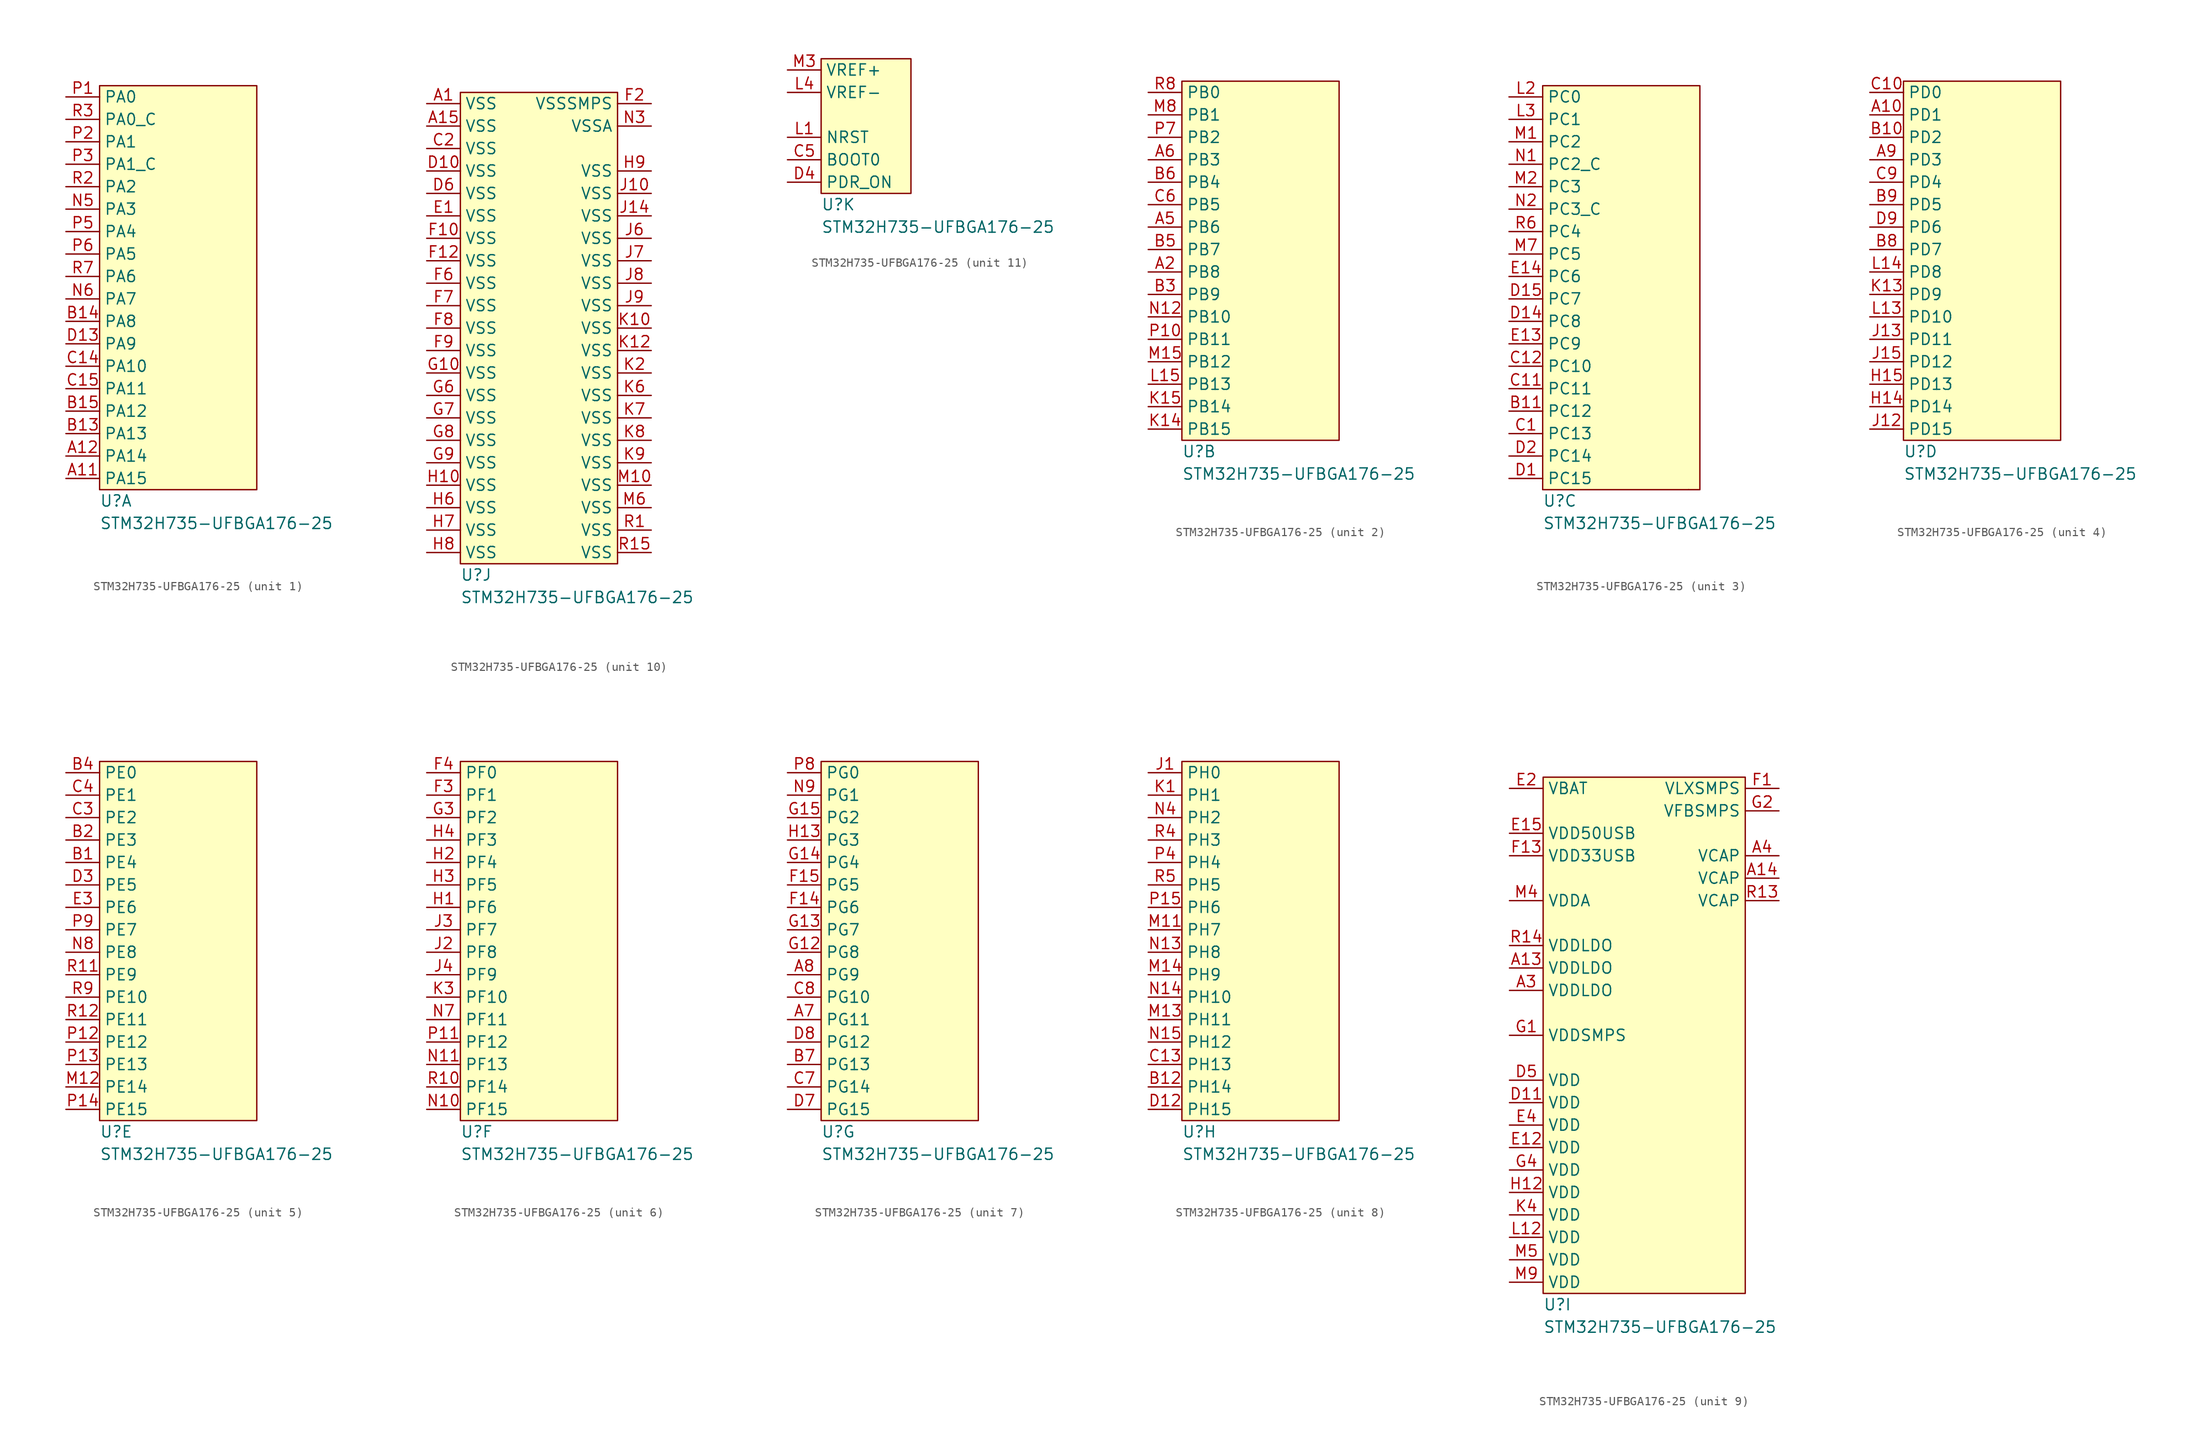
<source format=kicad_sym>
(kicad_symbol_lib
  (version 20211014)
  (generator kicad_symbol_editor)
  (symbol "STM32H735-UFBGA176-25"
    (property "Reference" "U"
      (at 0 -1.27 0)
      (effects (font (size 1.27 1.27)) (justify left)))
    (property "Value" "STM32H735-UFBGA176-25"
      (at 0 -3.81 0)
      (effects (font (size 1.27 1.27)) (justify left)))
    (property "ki_locked" ""
      (at 0 0 0)
      (effects (font (size 1.27 1.27))))
    (symbol "STM32H735-UFBGA176-25_1_1"
      (rectangle (start 0 0) (end 17.78 45.72) (stroke (width 0.152) (type default) (color 0 0 0 0)) (fill (type background)))
      (pin bidirectional line (at -3.81 1.27 0) (length 3.81) (name "PA15" (effects (font (size 1.27 1.27)))) (number "A11" (effects (font (size 1.27 1.27)))) (alternate "CEC" bidirectional line) (alternate "EVENTOUT" output line) (alternate "I2S1_WS" bidirectional line) (alternate "I2S3_WS" bidirectional line) (alternate "I2S6_WS" bidirectional line) (alternate "JTDI" input line) (alternate "LCD_B6" output line) (alternate "LCD_R3" output line) (alternate "SPI1_NSS" bidirectional line) (alternate "SPI3_NSS" bidirectional line) (alternate "SPI6_NSS" bidirectional line) (alternate "TIM2_CH1" bidirectional line) (alternate "TIM2_ETR" bidirectional line) (alternate "UART4_DE" bidirectional line) (alternate "UART4_RTS" bidirectional line) (alternate "UART7_TX" output line))
      (pin bidirectional line (at -3.81 3.81 0) (length 3.81) (name "PA14" (effects (font (size 1.27 1.27)))) (number "A12" (effects (font (size 1.27 1.27)))) (alternate "EVENTOUT" output line) (alternate "JTCK" input line) (alternate "SWCLK" input line))
      (pin bidirectional line (at -3.81 6.35 0) (length 3.81) (name "PA13" (effects (font (size 1.27 1.27)))) (number "B13" (effects (font (size 1.27 1.27)))) (alternate "EVENTOUT" output line) (alternate "JTMS" input line) (alternate "SWDIO" bidirectional line))
      (pin bidirectional line (at -3.81 19.05 0) (length 3.81) (name "PA8" (effects (font (size 1.27 1.27)))) (number "B14" (effects (font (size 1.27 1.27)))) (alternate "EVENTOUT" output line) (alternate "I2C3_SCL" bidirectional line) (alternate "I2C5_SCL" bidirectional line) (alternate "LCD_B3" output line) (alternate "LCD_R6" output line) (alternate "MCO1" output line) (alternate "OTG_HS_SOF" bidirectional line) (alternate "TIM1_CH1" bidirectional line) (alternate "TIM8_BKIN2" bidirectional line) (alternate "TIM8_BKIN2_COMP12" bidirectional line) (alternate "UART7_RX" input line) (alternate "USART1_CK" bidirectional line))
      (pin bidirectional line (at -3.81 8.89 0) (length 3.81) (name "PA12" (effects (font (size 1.27 1.27)))) (number "B15" (effects (font (size 1.27 1.27)))) (alternate "EVENTOUT" output line) (alternate "FDCAN1_TX" output line) (alternate "I2S2_CK" bidirectional line) (alternate "LCD_R5" output line) (alternate "LPUART1_DE" bidirectional line) (alternate "LPUART1_RTS" bidirectional line) (alternate "OTG_HS_DP" bidirectional line) (alternate "SAI4_FS_B" bidirectional line) (alternate "SPI2_SCK" bidirectional line) (alternate "TIM1_BKIN2" bidirectional line) (alternate "TIM1_ETR" bidirectional line) (alternate "UART4_TX" output line) (alternate "USART1_DE" bidirectional line) (alternate "USART1_RTS" bidirectional line))
      (pin bidirectional line (at -3.81 13.97 0) (length 3.81) (name "PA10" (effects (font (size 1.27 1.27)))) (number "C14" (effects (font (size 1.27 1.27)))) (alternate "DCMI_D1" input line) (alternate "EVENTOUT" output line) (alternate "LCD_B1" output line) (alternate "LCD_B4" output line) (alternate "LPUART1_RX" input line) (alternate "MDIOS_MDIO" bidirectional line) (alternate "OTG_HS_ID" bidirectional line) (alternate "PSSI_D1" input line) (alternate "TIM1_CH3" bidirectional line) (alternate "USART1_RX" input line))
      (pin bidirectional line (at -3.81 11.43 0) (length 3.81) (name "PA11" (effects (font (size 1.27 1.27)))) (number "C15" (effects (font (size 1.27 1.27)))) (alternate "EVENTOUT" output line) (alternate "FDCAN1_RX" input line) (alternate "I2S2_WS" bidirectional line) (alternate "LCD_R4" output line) (alternate "LPUART1_CTS" bidirectional line) (alternate "OTG_HS_DM" bidirectional line) (alternate "SPI2_NSS" bidirectional line) (alternate "TIM1_CH4" bidirectional line) (alternate "UART4_RX" input line) (alternate "USART1_CTS" bidirectional line) (alternate "USART1_NSS" bidirectional line))
      (pin bidirectional line (at -3.81 16.51 0) (length 3.81) (name "PA9" (effects (font (size 1.27 1.27)))) (number "D13" (effects (font (size 1.27 1.27)))) (alternate "DCMI_D0" input line) (alternate "ETH_TX_ER" output line) (alternate "EVENTOUT" output line) (alternate "I2C3_SMBA" bidirectional line) (alternate "I2C5_SMBA" bidirectional line) (alternate "I2S2_CK" bidirectional line) (alternate "LCD_R5" output line) (alternate "LPUART1_TX" output line) (alternate "OTG_HS_VBUS" input line) (alternate "PSSI_D0" input line) (alternate "SPI2_SCK" bidirectional line) (alternate "TIM1_CH2" bidirectional line) (alternate "USART1_TX" output line))
      (pin bidirectional line (at -3.81 31.75 0) (length 3.81) (name "PA3" (effects (font (size 1.27 1.27)))) (number "N5" (effects (font (size 1.27 1.27)))) (alternate "ADC12_INP15" input line) (alternate "ETH_MII_COL" bidirectional line) (alternate "EVENTOUT" output line) (alternate "I2S6_MCK" bidirectional line) (alternate "LCD_B2" output line) (alternate "LCD_B5" output line) (alternate "LPTIM5_OUT" bidirectional line) (alternate "OCTOSPIM_P1_CLK" output line) (alternate "OCTOSPIM_P1_IO2" bidirectional line) (alternate "OTG_HS_ULPI_D0" bidirectional line) (alternate "TIM15_CH2" bidirectional line) (alternate "TIM2_CH4" bidirectional line) (alternate "TIM5_CH4" bidirectional line) (alternate "USART2_RX" input line))
      (pin bidirectional line (at -3.81 21.59 0) (length 3.81) (name "PA7" (effects (font (size 1.27 1.27)))) (number "N6" (effects (font (size 1.27 1.27)))) (alternate "ADC12_INN3" input line) (alternate "ADC12_INP7" input line) (alternate "ETH_MII_RX_DV" input line) (alternate "ETH_RMII_CRS_DV" input line) (alternate "EVENTOUT" output line) (alternate "FMC_SDNWE" bidirectional line) (alternate "I2S1_SDO" bidirectional line) (alternate "I2S6_SDO" bidirectional line) (alternate "LCD_VSYNC" output line) (alternate "OCTOSPIM_P1_IO2" bidirectional line) (alternate "OPAMP1_VINM" input line) (alternate "SPI1_MOSI" bidirectional line) (alternate "SPI6_MOSI" bidirectional line) (alternate "TIM14_CH1" bidirectional line) (alternate "TIM1_CH1N" bidirectional line) (alternate "TIM3_CH2" bidirectional line) (alternate "TIM8_CH1N" bidirectional line))
      (pin bidirectional line (at -3.81 44.45 0) (length 3.81) (name "PA0" (effects (font (size 1.27 1.27)))) (number "P1" (effects (font (size 1.27 1.27)))) (alternate "ADC1_INP16" input line) (alternate "ETH_MII_CRS" input line) (alternate "EVENTOUT" output line) (alternate "FMC_A19" output line) (alternate "I2S6_WS" bidirectional line) (alternate "SAI4_SD_B" bidirectional line) (alternate "SDMMC2_CMD" output line) (alternate "SPI6_NSS" bidirectional line) (alternate "TIM15_BKIN" bidirectional line) (alternate "TIM2_CH1" bidirectional line) (alternate "TIM2_ETR" bidirectional line) (alternate "TIM5_CH1" bidirectional line) (alternate "TIM8_ETR" bidirectional line) (alternate "UART4_TX" output line) (alternate "USART2_CTS" bidirectional line) (alternate "USART2_NSS" bidirectional line) (alternate "WKUP1" input line))
      (pin bidirectional line (at -3.81 39.37 0) (length 3.81) (name "PA1" (effects (font (size 1.27 1.27)))) (number "P2" (effects (font (size 1.27 1.27)))) (alternate "ADC1_INN16" input line) (alternate "ADC1_INP17" input line) (alternate "ETH_MII_RX_CLK" input line) (alternate "ETH_RMII_REF_CLK" input line) (alternate "EVENTOUT" output line) (alternate "LCD_R2" output line) (alternate "LPTIM3_OUT" bidirectional line) (alternate "OCTOSPIM_P1_DQS" bidirectional line) (alternate "OCTOSPIM_P1_IO3" bidirectional line) (alternate "SAI4_MCLK_B" bidirectional line) (alternate "TIM15_CH1N" bidirectional line) (alternate "TIM2_CH2" bidirectional line) (alternate "TIM5_CH2" bidirectional line) (alternate "UART4_RX" input line) (alternate "USART2_DE" bidirectional line) (alternate "USART2_RTS" bidirectional line))
      (pin bidirectional line (at -3.81 36.83 0) (length 3.81) (name "PA1_C" (effects (font (size 1.27 1.27)))) (number "P3" (effects (font (size 1.27 1.27)))) (alternate "ADC12_INP1" input line))
      (pin bidirectional line (at -3.81 29.21 0) (length 3.81) (name "PA4" (effects (font (size 1.27 1.27)))) (number "P5" (effects (font (size 1.27 1.27)))) (alternate "ADC12_INP18" input line) (alternate "D1PWREN" bidirectional line) (alternate "DAC1_OUT1" output line) (alternate "DCMI_HSYNC" input line) (alternate "EVENTOUT" output line) (alternate "FMC_AD8" bidirectional line) (alternate "FMC_D8" bidirectional line) (alternate "I2S1_WS" bidirectional line) (alternate "I2S3_WS" bidirectional line) (alternate "I2S6_WS" bidirectional line) (alternate "LCD_VSYNC" output line) (alternate "PSSI_DE" bidirectional line) (alternate "SPI1_NSS" input line) (alternate "SPI3_NSS" input line) (alternate "SPI6_NSS" input line) (alternate "TIM5_ETR" bidirectional line) (alternate "USART2_CK" bidirectional line))
      (pin bidirectional line (at -3.81 26.67 0) (length 3.81) (name "PA5" (effects (font (size 1.27 1.27)))) (number "P6" (effects (font (size 1.27 1.27)))) (alternate "ADC12_INN18" input line) (alternate "ADC12_INP19" input line) (alternate "D2PWREN" bidirectional line) (alternate "DAC1_OUT2" output line) (alternate "EVENTOUT" output line) (alternate "FMC_AD9" bidirectional line) (alternate "FMC_D9" bidirectional line) (alternate "I2C6_CK" bidirectional line) (alternate "I2S1_CK" bidirectional line) (alternate "LCD_R4" output line) (alternate "OTG_HS_ULPI_CK" bidirectional line) (alternate "PSSI_D14" bidirectional line) (alternate "SPI1_SCK" bidirectional line) (alternate "SPI6_SCK" bidirectional line) (alternate "TIM2_CH1" bidirectional line) (alternate "TIM2_ETR" bidirectional line) (alternate "TIM8_CH1N" bidirectional line))
      (pin bidirectional line (at -3.81 34.29 0) (length 3.81) (name "PA2" (effects (font (size 1.27 1.27)))) (number "R2" (effects (font (size 1.27 1.27)))) (alternate "ADC12_INP14" input line) (alternate "ETH_MDIO" bidirectional line) (alternate "EVENTOUT" output line) (alternate "LCD_R1" output line) (alternate "LPTIM4_OUT" bidirectional line) (alternate "MDIOS_MDIO" bidirectional line) (alternate "OCTOSPIM_P1_IO0" bidirectional line) (alternate "SAI14_SCK_B" bidirectional line) (alternate "TIM15_CH1" bidirectional line) (alternate "TIM2_CH3" bidirectional line) (alternate "TIM5_CH3" bidirectional line) (alternate "USART2_TX" output line) (alternate "WKUP2" input line))
      (pin bidirectional line (at -3.81 41.91 0) (length 3.81) (name "PA0_C" (effects (font (size 1.27 1.27)))) (number "R3" (effects (font (size 1.27 1.27)))) (alternate "ADC12_INN1" input line) (alternate "ADC12_INP0" input line))
      (pin bidirectional line (at -3.81 24.13 0) (length 3.81) (name "PA6" (effects (font (size 1.27 1.27)))) (number "R7" (effects (font (size 1.27 1.27)))) (alternate "ADC12_INP3" input line) (alternate "DCMI_PIXCLK" input line) (alternate "EVENTOUT" output line) (alternate "I2S1_SDI" bidirectional line) (alternate "I2S6_SDI" bidirectional line) (alternate "LCD_G2" output line) (alternate "MDIOS_MDC" bidirectional line) (alternate "OCTOSPIM_P1_IO3" bidirectional line) (alternate "PSSI_PDCK" bidirectional line) (alternate "SPI1_MISO" bidirectional line) (alternate "SPI6_MISO" bidirectional line) (alternate "TIM13_CH1" bidirectional line) (alternate "TIM1_BKIN" bidirectional line) (alternate "TIM1_BKIN_COMP12" bidirectional line) (alternate "TIM3_CH1" bidirectional line) (alternate "TIM8_BKIN" bidirectional line) (alternate "TIM8_BKIN_COMP12" bidirectional line)))
    (symbol "STM32H735-UFBGA176-25_2_1"
      (rectangle (start 0 40.64) (end 17.78 0) (stroke (width 0.152) (type default) (color 0 0 0 0)) (fill (type background)))
      (pin bidirectional line (at -3.81 19.05 0) (length 3.81) (name "PB8" (effects (font (size 1.27 1.27)))) (number "A2" (effects (font (size 1.27 1.27)))) (alternate "DCMI_D6" input line) (alternate "DFSDM1_CKIN7" bidirectional line) (alternate "ETH_MII_TXD3" output line) (alternate "EVENTOUT" output line) (alternate "FDCAN1_RX" input line) (alternate "I2C1_SCL" bidirectional line) (alternate "I2C4_SCL" bidirectional line) (alternate "LCD_B6" output line) (alternate "PSSI_D6" input line) (alternate "SDMMC1_CKIN" bidirectional line) (alternate "SDMMC1_D4" bidirectional line) (alternate "SDMMC2_D4" bidirectional line) (alternate "TIM16_CH1" bidirectional line) (alternate "TIM4_CH3" bidirectional line) (alternate "UART4_RX" input line))
      (pin bidirectional line (at -3.81 24.13 0) (length 3.81) (name "PB6" (effects (font (size 1.27 1.27)))) (number "A5" (effects (font (size 1.27 1.27)))) (alternate "CEC" bidirectional line) (alternate "DCMI_D5" input line) (alternate "DFSDM1_DATIN5" bidirectional line) (alternate "EVENTOUT" output line) (alternate "FDCAN2_TX" output line) (alternate "FMC_SDNE1" bidirectional line) (alternate "I2C1_SCL" bidirectional line) (alternate "I2C4_SCL" bidirectional line) (alternate "LPUART1_TX" output line) (alternate "OCTOSPIM_P1_NCS" bidirectional line) (alternate "PSSI_D5" input line) (alternate "TIM16_CH1N" bidirectional line) (alternate "TIM4_CH1" bidirectional line) (alternate "UART5_TX" output line) (alternate "USART1_TX" output line))
      (pin bidirectional line (at -3.81 31.75 0) (length 3.81) (name "PB3" (effects (font (size 1.27 1.27)))) (number "A6" (effects (font (size 1.27 1.27)))) (alternate "CRS_SYNC" bidirectional line) (alternate "EVENTOUT" output line) (alternate "I2S1_CK" bidirectional line) (alternate "I2S3_CK" bidirectional line) (alternate "I2S6_CK" bidirectional line) (alternate "JTDO" output line) (alternate "SDMMC2_D2" bidirectional line) (alternate "SPI1_SCK" bidirectional line) (alternate "SPI3_SCK" bidirectional line) (alternate "SPI6_SCK" bidirectional line) (alternate "TIM24_ETR" bidirectional line) (alternate "TIM2_CH2" bidirectional line) (alternate "TRACESWO" output line) (alternate "UART7_RX" input line))
      (pin bidirectional line (at -3.81 16.51 0) (length 3.81) (name "PB9" (effects (font (size 1.27 1.27)))) (number "B3" (effects (font (size 1.27 1.27)))) (alternate "DCMI_D7" input line) (alternate "DFSDM1_DATIN7" bidirectional line) (alternate "EVENTOUT" output line) (alternate "FDCAN1_TX" output line) (alternate "I2C1_SDA" bidirectional line) (alternate "I2C4_SDA" bidirectional line) (alternate "I2C4_SMBA" bidirectional line) (alternate "I2S2_WS" bidirectional line) (alternate "LCD_B7" output line) (alternate "PSSI_D7" input line) (alternate "SDMMC1_CDIR" bidirectional line) (alternate "SDMMC1_D5" bidirectional line) (alternate "SDMMC2_D5" bidirectional line) (alternate "SPI2_NSS" bidirectional line) (alternate "TIM17_CH1" bidirectional line) (alternate "TIM4_CH4" bidirectional line) (alternate "UART4_TX" output line))
      (pin bidirectional line (at -3.81 21.59 0) (length 3.81) (name "PB7" (effects (font (size 1.27 1.27)))) (number "B5" (effects (font (size 1.27 1.27)))) (alternate "DCMI_VSYNC" input line) (alternate "DFSDM1_CKIN5" bidirectional line) (alternate "EVENTOUT" output line) (alternate "FMC_NL" bidirectional line) (alternate "I2C1_SDA" bidirectional line) (alternate "I2C4_SDA" bidirectional line) (alternate "LPUART1_RX" input line) (alternate "PSSI_RDY" bidirectional line) (alternate "PVD_IN" input line) (alternate "TIM17_CH1N" bidirectional line) (alternate "TIM4_CH2" bidirectional line) (alternate "USART1_RX" input line))
      (pin bidirectional line (at -3.81 29.21 0) (length 3.81) (name "PB4" (effects (font (size 1.27 1.27)))) (number "B6" (effects (font (size 1.27 1.27)))) (alternate "EVENTOUT" output line) (alternate "I2S1_SDI" bidirectional line) (alternate "I2S2_WS" bidirectional line) (alternate "I2S3_SDI" bidirectional line) (alternate "I2S6_SDI" bidirectional line) (alternate "NJTRST" bidirectional line) (alternate "SDMMC2_D3" bidirectional line) (alternate "SPI1_MISO" bidirectional line) (alternate "SPI2_NSS" bidirectional line) (alternate "SPI3_MISO" bidirectional line) (alternate "SPI6_MISO" bidirectional line) (alternate "TIM16_BKIN" bidirectional line) (alternate "TIM3_CH1" bidirectional line) (alternate "UART7_TX" output line))
      (pin bidirectional line (at -3.81 26.67 0) (length 3.81) (name "PB5" (effects (font (size 1.27 1.27)))) (number "C6" (effects (font (size 1.27 1.27)))) (alternate "DCMI_D10" input line) (alternate "ETH_PPS_OUT" output line) (alternate "EVENTOUT" output line) (alternate "FDCAN2_RX" input line) (alternate "FMC_SDCKE1" bidirectional line) (alternate "I2C1_SMBA" bidirectional line) (alternate "I2C4_SMBA" bidirectional line) (alternate "I2S1_SDO" bidirectional line) (alternate "I2S3_SDO" bidirectional line) (alternate "I2S6_SDO" bidirectional line) (alternate "LCD_B5" output line) (alternate "OTG_HS_ULPI_D7" bidirectional line) (alternate "PSSI_D10" input line) (alternate "SPI1_MOSI" bidirectional line) (alternate "SPI3_MOSI" bidirectional line) (alternate "SPI6_MOSI" bidirectional line) (alternate "TIM17_BKIN" bidirectional line) (alternate "TIM3_CH2" bidirectional line) (alternate "UART5_RX" input line))
      (pin bidirectional line (at -3.81 1.27 0) (length 3.81) (name "PB15" (effects (font (size 1.27 1.27)))) (number "K14" (effects (font (size 1.27 1.27)))) (alternate "DFSDM1_CKIN2" bidirectional line) (alternate "EVENTOUT" output line) (alternate "FMC_AD11" bidirectional line) (alternate "FMC_D11" bidirectional line) (alternate "I2S2_SDO" bidirectional line) (alternate "LCD_G7" output line) (alternate "RTC_REFIN" bidirectional line) (alternate "SDMMC2_D1" bidirectional line) (alternate "SPI2_MOSI" bidirectional line) (alternate "TIM12_CH2" bidirectional line) (alternate "TIM1_CH3N" bidirectional line) (alternate "TIM8_CH3N" bidirectional line) (alternate "UART4_CTS" bidirectional line) (alternate "USART1_RX" input line))
      (pin bidirectional line (at -3.81 3.81 0) (length 3.81) (name "PB14" (effects (font (size 1.27 1.27)))) (number "K15" (effects (font (size 1.27 1.27)))) (alternate "DFSDM1_DATIN2" bidirectional line) (alternate "EVENTOUT" output line) (alternate "FMC_AD10" bidirectional line) (alternate "FMC_D10" bidirectional line) (alternate "I2S2_SDI" bidirectional line) (alternate "LCD_CLK" output line) (alternate "SDMMC2_D0" bidirectional line) (alternate "SPI2_MISO" bidirectional line) (alternate "TIM12_CH1" bidirectional line) (alternate "TIM1_CH2N" bidirectional line) (alternate "TIM8_CH2N" bidirectional line) (alternate "UART4_DE" bidirectional line) (alternate "UART4_RTS" bidirectional line) (alternate "USART1_TX" output line) (alternate "USART3_DE" bidirectional line) (alternate "USART3_RTS" bidirectional line))
      (pin bidirectional line (at -3.81 6.35 0) (length 3.81) (name "PB13" (effects (font (size 1.27 1.27)))) (number "L15" (effects (font (size 1.27 1.27)))) (alternate "DCMI_D2" input line) (alternate "DFSDM1_CKIN1" bidirectional line) (alternate "ETH_MII_TXD1" output line) (alternate "ETH_RMII_TXD1" output line) (alternate "EVENTOUT" output line) (alternate "FDCAN2_TX" output line) (alternate "I2S2_CK" bidirectional line) (alternate "LPTIM2_OUT" bidirectional line) (alternate "OCTOSPIM_P1_IO2" bidirectional line) (alternate "OTG_HS_ULPI_D6" bidirectional line) (alternate "PSSI_D2" input line) (alternate "SDMMC1_D0" bidirectional line) (alternate "SPI2_SCK" bidirectional line) (alternate "TIM1_CH1N" bidirectional line) (alternate "UART5_TX" output line) (alternate "USART3_CTS" bidirectional line) (alternate "USART3_NSS" bidirectional line))
      (pin bidirectional line (at -3.81 8.89 0) (length 3.81) (name "PB12" (effects (font (size 1.27 1.27)))) (number "M15" (effects (font (size 1.27 1.27)))) (alternate "DFSDM1_DATIN1" bidirectional line) (alternate "ETH_MII_TXD0" output line) (alternate "ETH_RMII_TXD0" output line) (alternate "EVENTOUT" output line) (alternate "FDCAN2_RX" input line) (alternate "I2C2_SMBA" bidirectional line) (alternate "I2S2_WS" bidirectional line) (alternate "OCTOSPIM_P1_IO0" bidirectional line) (alternate "OCTOSPIM_P1_NCLK" bidirectional line) (alternate "OTG_HS_ULPI_D5" bidirectional line) (alternate "SPI2_NSS" bidirectional line) (alternate "TIM1_BKIN" bidirectional line) (alternate "TIM1_BKIN_COMP12" bidirectional line) (alternate "UART5_RX" input line) (alternate "USART3_CK" bidirectional line))
      (pin bidirectional line (at -3.81 36.83 0) (length 3.81) (name "PB1" (effects (font (size 1.27 1.27)))) (number "M8" (effects (font (size 1.27 1.27)))) (alternate "ADC12_INP5" input line) (alternate "COMP1_INM" input line) (alternate "DFSDM1_DATIN1" bidirectional line) (alternate "ETH_MII_RXD3" input line) (alternate "EVENTOUT" output line) (alternate "LCD_G0" output line) (alternate "LCD_R6" output line) (alternate "OCTOSPIM_P1_IO0" bidirectional line) (alternate "OTG_HS_ULPI_D2" bidirectional line) (alternate "TIM1_CH3N" bidirectional line) (alternate "TIM3_CH4" bidirectional line) (alternate "TIM8_CH3N" bidirectional line))
      (pin bidirectional line (at -3.81 13.97 0) (length 3.81) (name "PB10" (effects (font (size 1.27 1.27)))) (number "N12" (effects (font (size 1.27 1.27)))) (alternate "DFSDM1_DATIN7" bidirectional line) (alternate "ETH_MII_RX_ER" input line) (alternate "EVENTOUT" output line) (alternate "I2C2_SCL" output line) (alternate "I2S2_CK" bidirectional line) (alternate "LCD_G4" output line) (alternate "LPTIM2_IN1" bidirectional line) (alternate "OCTOSPIM_P1_NCS" bidirectional line) (alternate "OTG_HS_ULPI_D3" bidirectional line) (alternate "SPI2_SCK" bidirectional line) (alternate "TIM2_CH3" bidirectional line) (alternate "USART3_TX" output line))
      (pin bidirectional line (at -3.81 11.43 0) (length 3.81) (name "PB11" (effects (font (size 1.27 1.27)))) (number "P10" (effects (font (size 1.27 1.27)))) (alternate "DFSDM1_CKIN7" bidirectional line) (alternate "ETH_MII_TX_EN" output line) (alternate "ETH_RMII_TX_EN" output line) (alternate "EVENTOUT" output line) (alternate "I2C2_SDA" bidirectional line) (alternate "LCD_G5" output line) (alternate "LPTIM2_ETR" bidirectional line) (alternate "OTG_HS_ULPI_D4" bidirectional line) (alternate "TIM2_CH4" bidirectional line) (alternate "USART3_RX" input line))
      (pin bidirectional line (at -3.81 34.29 0) (length 3.81) (name "PB2" (effects (font (size 1.27 1.27)))) (number "P7" (effects (font (size 1.27 1.27)))) (alternate "COMP1_INP" input line) (alternate "DFSDM1_CKIN1" bidirectional line) (alternate "ETH_TX_ER" output line) (alternate "EVENTOUT" output line) (alternate "I2S3_SDO" output line) (alternate "OCTOSPIM_P1_CLK" output line) (alternate "OCTOSPIM_P1_DQS" input line) (alternate "RTC_OUT" bidirectional line) (alternate "SAI1_D1" bidirectional line) (alternate "SAI1_SD_A" bidirectional line) (alternate "SAI4_D1" bidirectional line) (alternate "SAI4_SD_A" bidirectional line) (alternate "SPI3_MOSI" output line) (alternate "TIM23_ETR" bidirectional line))
      (pin bidirectional line (at -3.81 39.37 0) (length 3.81) (name "PB0" (effects (font (size 1.27 1.27)))) (number "R8" (effects (font (size 1.27 1.27)))) (alternate "ADC12_INN5" input line) (alternate "ADC12_INP9" input line) (alternate "COMP1_INP" input line) (alternate "DFSDM1_CKOUT" bidirectional line) (alternate "ETH_MII_RXD2" input line) (alternate "EVENTOUT" output line) (alternate "LCD_G1" output line) (alternate "LCD_R3" output line) (alternate "OCTOSPIM_P1_IO1" bidirectional line) (alternate "OPAMP1_VINP" input line) (alternate "OTG_HS_ULPI_D1" bidirectional line) (alternate "TIM1_CH2N" bidirectional line) (alternate "TIM3_CH3" bidirectional line) (alternate "TIM8_CH2N" bidirectional line) (alternate "UART4_CTS" bidirectional line)))
    (symbol "STM32H735-UFBGA176-25_3_1"
      (rectangle (start 0 45.72) (end 17.78 0) (stroke (width 0.152) (type default) (color 0 0 0 0)) (fill (type background)))
      (rectangle (start 16.51 0) (end 16.51 0) (stroke (width 0.152) (type default) (color 0 0 0 0)) (fill (type none)))
      (pin bidirectional line (at -3.81 8.89 0) (length 3.81) (name "PC12" (effects (font (size 1.27 1.27)))) (number "B11" (effects (font (size 1.27 1.27)))) (alternate "DCMI_D9" input line) (alternate "EVENTOUT" output line) (alternate "FMC_AD6" bidirectional line) (alternate "FMC_D6" bidirectional line) (alternate "I2C5_SMBA" bidirectional line) (alternate "I2S3_SDO" bidirectional line) (alternate "I2S6_CK" bidirectional line) (alternate "LCD_R6" output line) (alternate "PSSI_D9" input line) (alternate "SDMMC1_CK" bidirectional line) (alternate "SPI3_MOSI" bidirectional line) (alternate "SPI6_SCK" bidirectional line) (alternate "TIM15_CH1" bidirectional line) (alternate "TRACED3" bidirectional line) (alternate "UART5_TX" output line) (alternate "USART3_CK" bidirectional line))
      (pin bidirectional line (at -3.81 6.35 0) (length 3.81) (name "PC13" (effects (font (size 1.27 1.27)))) (number "C1" (effects (font (size 1.27 1.27)))) (alternate "EVENTOUT" output line) (alternate "RTC_TAMP1" input line) (alternate "RTC_TS" input line) (alternate "WKUP4" input line))
      (pin bidirectional line (at -3.81 11.43 0) (length 3.81) (name "PC11" (effects (font (size 1.27 1.27)))) (number "C11" (effects (font (size 1.27 1.27)))) (alternate "DCMI_D4" input line) (alternate "DFSDM1_DATIN5" bidirectional line) (alternate "EVENTOUT" output line) (alternate "I2C5_SCL" bidirectional line) (alternate "I2S3_SDI" bidirectional line) (alternate "LCD_B4" output line) (alternate "OCTOSPIM_P1_NCS" bidirectional line) (alternate "PSSI_D4" input line) (alternate "SDMMC1_D3" bidirectional line) (alternate "SPI3_MISO" bidirectional line) (alternate "UART4_RX" input line) (alternate "USART3_RX" input line))
      (pin bidirectional line (at -3.81 13.97 0) (length 3.81) (name "PC10" (effects (font (size 1.27 1.27)))) (number "C12" (effects (font (size 1.27 1.27)))) (alternate "DCMI_D8" input line) (alternate "DFSDM1_CKIN5" bidirectional line) (alternate "EVENTOUT" output line) (alternate "I2C5_SDA" bidirectional line) (alternate "I2S3_CK" bidirectional line) (alternate "LCD_B1" output line) (alternate "LCD_R2" output line) (alternate "OCTOSPIM_P1_IO1" bidirectional line) (alternate "PSSI_D8" input line) (alternate "SDMMC1_D2" bidirectional line) (alternate "SPI3_SCK" bidirectional line) (alternate "SWPMI_RX" input line) (alternate "UART4_TX" output line) (alternate "USART3_TX" output line))
      (pin bidirectional line (at -3.81 1.27 0) (length 3.81) (name "PC15" (effects (font (size 1.27 1.27)))) (number "D1" (effects (font (size 1.27 1.27)))) (alternate "EVENTOUT" output line) (alternate "OSC32_OUT" output line))
      (pin bidirectional line (at -3.81 19.05 0) (length 3.81) (name "PC8" (effects (font (size 1.27 1.27)))) (number "D14" (effects (font (size 1.27 1.27)))) (alternate "DCMI_D2" input line) (alternate "EVENTOUT" output line) (alternate "FMC_INT" bidirectional line) (alternate "FMC_NCE" bidirectional line) (alternate "FMC_NE2" bidirectional line) (alternate "PSSI_D2" input line) (alternate "SDMMC1_D0" bidirectional line) (alternate "SWPMI_RX" bidirectional line) (alternate "TIM3_CH3" bidirectional line) (alternate "TIM8_CH3" bidirectional line) (alternate "TRACED1" bidirectional line) (alternate "UART5_DE" bidirectional line) (alternate "UART5_RTS" bidirectional line) (alternate "USART6_CK" bidirectional line))
      (pin bidirectional line (at -3.81 21.59 0) (length 3.81) (name "PC7" (effects (font (size 1.27 1.27)))) (number "D15" (effects (font (size 1.27 1.27)))) (alternate "DBTRGIO" bidirectional line) (alternate "DCMI_D1" input line) (alternate "DFSDM1_DATIN3" bidirectional line) (alternate "EVENTOUT" output line) (alternate "FMC_NE1" bidirectional line) (alternate "I2S3_MCK" bidirectional line) (alternate "LCD_G6" output line) (alternate "PSSI_D1" input line) (alternate "SDMMC1_D123DIR" bidirectional line) (alternate "SDMMC1_D7" bidirectional line) (alternate "SDMMC2_D7" bidirectional line) (alternate "SWPMI_TX" bidirectional line) (alternate "TIM3_CH2" bidirectional line) (alternate "TIM8_CH2" bidirectional line) (alternate "USART6_RX" input line))
      (pin bidirectional line (at -3.81 3.81 0) (length 3.81) (name "PC14" (effects (font (size 1.27 1.27)))) (number "D2" (effects (font (size 1.27 1.27)))) (alternate "EVENTOUT" bidirectional line) (alternate "OSC32_IN" input line))
      (pin bidirectional line (at -3.81 16.51 0) (length 3.81) (name "PC9" (effects (font (size 1.27 1.27)))) (number "E13" (effects (font (size 1.27 1.27)))) (alternate "DCMI_D3" input line) (alternate "EVENTOUT" output line) (alternate "I2C3_SDA" bidirectional line) (alternate "I2C5_SDA" bidirectional line) (alternate "I2S_CKIN" bidirectional line) (alternate "LCD_B2" output line) (alternate "LCD_G3" output line) (alternate "MCO2" output line) (alternate "OCTOSPIM_P1_IO0" bidirectional line) (alternate "PSSI_D3" input line) (alternate "SDMMC1_D1" bidirectional line) (alternate "SWPMI_SUSPEND" bidirectional line) (alternate "TIM3_CH4" bidirectional line) (alternate "TIM8_CH4" bidirectional line) (alternate "UART5_CTS" bidirectional line))
      (pin bidirectional line (at -3.81 24.13 0) (length 3.81) (name "PC6" (effects (font (size 1.27 1.27)))) (number "E14" (effects (font (size 1.27 1.27)))) (alternate "DCMI_D0" input line) (alternate "DFSDM1_CKIN3" bidirectional line) (alternate "EVENTOUT" output line) (alternate "FMC_NWAIT" bidirectional line) (alternate "I2S2_MCK" bidirectional line) (alternate "LCD_HSYNC" output line) (alternate "PSSI_D0" input line) (alternate "SDMMC1_D0DIR" bidirectional line) (alternate "SDMMC1_D6" bidirectional line) (alternate "SDMMC2_D6" bidirectional line) (alternate "SWPMI_IO" bidirectional line) (alternate "TIM3_CH1" bidirectional line) (alternate "TIM8_CH1" bidirectional line) (alternate "USART6_TX" output line))
      (pin bidirectional line (at -3.81 44.45 0) (length 3.81) (name "PC0" (effects (font (size 1.27 1.27)))) (number "L2" (effects (font (size 1.27 1.27)))) (alternate "ADC123_INP10" input line) (alternate "DFSDM1_CKIN0" bidirectional line) (alternate "DFSDM1_DATIN4" bidirectional line) (alternate "EVENTOUT" output line) (alternate "FMC_A25" output line) (alternate "FMC_AD12" bidirectional line) (alternate "FMC_D12" bidirectional line) (alternate "FMC_SDNWE" output line) (alternate "LCD_G2" output line) (alternate "LCD_R5" output line) (alternate "OTG_HS_ULPI_STP" bidirectional line) (alternate "SAI4_FS_B" bidirectional line))
      (pin bidirectional line (at -3.81 41.91 0) (length 3.81) (name "PC1" (effects (font (size 1.27 1.27)))) (number "L3" (effects (font (size 1.27 1.27)))) (alternate "ADC123_INN10" input line) (alternate "ADC123_INP11" input line) (alternate "DFSDM1_CKIN4" bidirectional line) (alternate "DFSDM1_DATIN0" bidirectional line) (alternate "ETH_MDC" output line) (alternate "EVENTOUT" output line) (alternate "I2S2_SDO" output line) (alternate "LCD_G5" output line) (alternate "MDIOS_MDC" input line) (alternate "OCTOSPIM_P1_IO4" bidirectional line) (alternate "RTC_TAMP3" input line) (alternate "SAI1_D1" bidirectional line) (alternate "SAI1_SD_A" bidirectional line) (alternate "SAI4_D1" bidirectional line) (alternate "SAI4_SD_A" bidirectional line) (alternate "SDMMC2_CK" output line) (alternate "SPI2_MOSI" output line) (alternate "TRACED0" bidirectional line) (alternate "WKUP6" input line))
      (pin bidirectional line (at -3.81 39.37 0) (length 3.81) (name "PC2" (effects (font (size 1.27 1.27)))) (number "M1" (effects (font (size 1.27 1.27)))) (alternate "ADC123_INN11" input line) (alternate "ADC123_INP12" input line) (alternate "DFSDM1_CKIN1" input line) (alternate "DFSDM1_CKOUT" output line) (alternate "ETH_MII_TXD2" output line) (alternate "EVENTOUT" output line) (alternate "FMC_SDNE0" output line) (alternate "I2S2_SDI" input line) (alternate "OCTOSPIM_P1_IO2" bidirectional line) (alternate "OCTOSPIM_P1_IO5" bidirectional line) (alternate "OTG_HS_ULPI_DIR" bidirectional line) (alternate "PWR_DEEPSLEEP" bidirectional line) (alternate "SPI2_MISO" input line))
      (pin bidirectional line (at -3.81 34.29 0) (length 3.81) (name "PC3" (effects (font (size 1.27 1.27)))) (number "M2" (effects (font (size 1.27 1.27)))) (alternate "ADC12_INN12" input line) (alternate "ADC12_INP13" input line) (alternate "DFSDM1_DATIN1" bidirectional line) (alternate "ETH_MII_TX_CLK" output line) (alternate "EVENTOUT" output line) (alternate "FMC_SDCKE0" bidirectional line) (alternate "I2S2_SDO" output line) (alternate "OCTOSPIM_P1_IO6" bidirectional line) (alternate "OCTOSPI_M_P1_IO0" bidirectional line) (alternate "OTG_HS_ULPI_NXT" bidirectional line) (alternate "PWR_SLEEP" bidirectional line) (alternate "SPI2_MOSI" output line))
      (pin bidirectional line (at -3.81 26.67 0) (length 3.81) (name "PC5" (effects (font (size 1.27 1.27)))) (number "M7" (effects (font (size 1.27 1.27)))) (alternate "ADC12_INN4" input line) (alternate "ADC12_INP8" input line) (alternate "COMP1_OUT" output line) (alternate "DFSDM1_DATIN2" bidirectional line) (alternate "ETH_MII_RXD1" input line) (alternate "ETH_RMII_RXD1" input line) (alternate "EVENTOUT" output line) (alternate "FMC_SDCKE0" bidirectional line) (alternate "LCD_DE" output line) (alternate "OCTOSPIM_P1_DQS" bidirectional line) (alternate "OPAMP1_VINM" input line) (alternate "PSSI_D15" bidirectional line) (alternate "PWR_SLEEP" bidirectional line) (alternate "SAI1_D3" bidirectional line) (alternate "SAI4_D3" bidirectional line) (alternate "SPDIFRX1_IN4" bidirectional line))
      (pin bidirectional line (at -3.81 36.83 0) (length 3.81) (name "PC2_C" (effects (font (size 1.27 1.27)))) (number "N1" (effects (font (size 1.27 1.27)))) (alternate "ADC3_INN1" input line) (alternate "ADC3_INP0" input line))
      (pin bidirectional line (at -3.81 31.75 0) (length 3.81) (name "PC3_C" (effects (font (size 1.27 1.27)))) (number "N2" (effects (font (size 1.27 1.27)))) (alternate "ADC3_INP1" input line))
      (pin bidirectional line (at -3.81 29.21 0) (length 3.81) (name "PC4" (effects (font (size 1.27 1.27)))) (number "R6" (effects (font (size 1.27 1.27)))) (alternate "ADC12_INP4" input line) (alternate "COMP1_INM" input line) (alternate "DFSDM1_CKIN2" bidirectional line) (alternate "ETH_MII_RXD0" input line) (alternate "ETH_RMII_RXD0" input line) (alternate "EVENTOUT" output line) (alternate "FMC_A22" bidirectional line) (alternate "FMC_SDNE0" bidirectional line) (alternate "I2S1_MCK" bidirectional line) (alternate "LCD_R7" output line) (alternate "OPAMP1_VOUT" output line) (alternate "PWR_DEEPSLEEP" bidirectional line) (alternate "SDMMC2_CKIN" bidirectional line) (alternate "SPDIFRX1_IN3" bidirectional line)))
    (symbol "STM32H735-UFBGA176-25_4_1"
      (rectangle (start 0 40.64) (end 17.78 0) (stroke (width 0.152) (type default) (color 0 0 0 0)) (fill (type background)))
      (pin bidirectional line (at -3.81 36.83 0) (length 3.81) (name "PD1" (effects (font (size 1.27 1.27)))) (number "A10" (effects (font (size 1.27 1.27)))) (alternate "DFSDM1_DATIN6" bidirectional line) (alternate "EVENTOUT" output line) (alternate "FDCAN1_TX" output line) (alternate "FMC_AD3" bidirectional line) (alternate "FMC_D3" bidirectional line) (alternate "UART4_TX" output line))
      (pin bidirectional line (at -3.81 31.75 0) (length 3.81) (name "PD3" (effects (font (size 1.27 1.27)))) (number "A9" (effects (font (size 1.27 1.27)))) (alternate "DCMI_D5" input line) (alternate "DFSDM1_CKOUT" bidirectional line) (alternate "EVENTOUT" output line) (alternate "FMC_CLK" output line) (alternate "I2S2_CK" bidirectional line) (alternate "LCD_G7" output line) (alternate "PSSI_D5" input line) (alternate "SPI2_SCK" bidirectional line) (alternate "USART2_ NSS" bidirectional line) (alternate "USART2_CTS" bidirectional line))
      (pin bidirectional line (at -3.81 34.29 0) (length 3.81) (name "PD2" (effects (font (size 1.27 1.27)))) (number "B10" (effects (font (size 1.27 1.27)))) (alternate "DCMI_D11" input line) (alternate "EVENTOUT" output line) (alternate "FMC_AD7" bidirectional line) (alternate "FMC_D7" bidirectional line) (alternate "LCD_B2" output line) (alternate "LCD_B7" output line) (alternate "PSSI_D11" input line) (alternate "SDMMC1_CMD" bidirectional line) (alternate "TIM15_BKIN" bidirectional line) (alternate "TIM3_ETR" bidirectional line) (alternate "TRACED2" bidirectional line) (alternate "UART5_RX" input line))
      (pin bidirectional line (at -3.81 21.59 0) (length 3.81) (name "PD7" (effects (font (size 1.27 1.27)))) (number "B8" (effects (font (size 1.27 1.27)))) (alternate "DFSDM1_CKIN1" bidirectional line) (alternate "DFSDM1_DATIN4" bidirectional line) (alternate "EVENTOUT" output line) (alternate "FMC_NE1" bidirectional line) (alternate "I2S1_SDO" bidirectional line) (alternate "OCTOSPIM_P1_IO7" bidirectional line) (alternate "SDMMC2_CMD" output line) (alternate "SPDIFRX1_IN1" bidirectional line) (alternate "SPI1_MOSI" bidirectional line) (alternate "USART2_CK" bidirectional line))
      (pin bidirectional line (at -3.81 26.67 0) (length 3.81) (name "PD5" (effects (font (size 1.27 1.27)))) (number "B9" (effects (font (size 1.27 1.27)))) (alternate "EVENTOUT" output line) (alternate "FMC_NWE" output line) (alternate "OCTOSPIM_P1_IO5" bidirectional line) (alternate "USART2_TX" output line))
      (pin bidirectional line (at -3.81 39.37 0) (length 3.81) (name "PD0" (effects (font (size 1.27 1.27)))) (number "C10" (effects (font (size 1.27 1.27)))) (alternate "DFSDM1_CKIN6" bidirectional line) (alternate "EVENTOUT" output line) (alternate "FDCAN1_RX" input line) (alternate "FMC_AD2" bidirectional line) (alternate "FMC_D2" bidirectional line) (alternate "LCD_B1" output line) (alternate "UART4_RX" input line) (alternate "UART9_CTS" bidirectional line))
      (pin bidirectional line (at -3.81 29.21 0) (length 3.81) (name "PD4" (effects (font (size 1.27 1.27)))) (number "C9" (effects (font (size 1.27 1.27)))) (alternate "EVENTOUT" output line) (alternate "FMC_NOE" output line) (alternate "OCTOSPIM_P1_IO4" bidirectional line) (alternate "USART2_DE" bidirectional line) (alternate "USART2_RTS" bidirectional line))
      (pin bidirectional line (at -3.81 24.13 0) (length 3.81) (name "PD6" (effects (font (size 1.27 1.27)))) (number "D9" (effects (font (size 1.27 1.27)))) (alternate "DCMI_D10" input line) (alternate "DFSDM1_CKIN4" bidirectional line) (alternate "DFSDM1_DATIN1" bidirectional line) (alternate "EVENTOUT" output line) (alternate "FMC_NWAIT" bidirectional line) (alternate "I2S3_SDO" bidirectional line) (alternate "LCD_B2" output line) (alternate "OCTOSPIM_P1_IO6" bidirectional line) (alternate "PSSI_D10" input line) (alternate "SAI1_D1" bidirectional line) (alternate "SAI1_SD_A" bidirectional line) (alternate "SAI4_D1" bidirectional line) (alternate "SAI4_SD_A" bidirectional line) (alternate "SDMMC2_CK" output line) (alternate "SPI3_MOSI" bidirectional line) (alternate "USART2_RX" input line))
      (pin bidirectional line (at -3.81 3.81 0) (length 3.81) (name "PD14" (effects (font (size 1.27 1.27)))) (number "H14" (effects (font (size 1.27 1.27)))) (alternate "EVENTOUT" output line) (alternate "FMC_AD0" bidirectional line) (alternate "FMC_D0" bidirectional line) (alternate "TIM4_CH3" bidirectional line) (alternate "UART8_CTS" bidirectional line) (alternate "UART9_RX" input line))
      (pin bidirectional line (at -3.81 6.35 0) (length 3.81) (name "PD13" (effects (font (size 1.27 1.27)))) (number "H15" (effects (font (size 1.27 1.27)))) (alternate "DCMI_D13" input line) (alternate "EVENTOUT" output line) (alternate "FDCAN3_TX" output line) (alternate "FMC_A18" output line) (alternate "I2C4_SDA" bidirectional line) (alternate "LPTIM1_OUT" bidirectional line) (alternate "OCTOSPIM_P1_IO3" bidirectional line) (alternate "PSSI_D13" input line) (alternate "SAI4_SCK_A" bidirectional line) (alternate "TIM4_CH2" bidirectional line) (alternate "UART9_DE" bidirectional line) (alternate "UART9_RTS" bidirectional line))
      (pin bidirectional line (at -3.81 1.27 0) (length 3.81) (name "PD15" (effects (font (size 1.27 1.27)))) (number "J12" (effects (font (size 1.27 1.27)))) (alternate "EVENTOUT" output line) (alternate "FMC_AD1" bidirectional line) (alternate "FMC_D1" bidirectional line) (alternate "TIM4_CH4" bidirectional line) (alternate "UART8_DE" bidirectional line) (alternate "UART8_RTS" bidirectional line) (alternate "UART9_TX" output line))
      (pin bidirectional line (at -3.81 11.43 0) (length 3.81) (name "PD11" (effects (font (size 1.27 1.27)))) (number "J13" (effects (font (size 1.27 1.27)))) (alternate "EVENTOUT" bidirectional line) (alternate "FMC_A16" bidirectional line) (alternate "FMC_CLE" bidirectional line) (alternate "I2C4_SMBA" bidirectional line) (alternate "LPTIM2_IN2" bidirectional line) (alternate "OCTOSPIM_P1_IO0" bidirectional line) (alternate "SAI4_SD_A" bidirectional line) (alternate "USART3_CTS" bidirectional line) (alternate "USART3_NSS" bidirectional line))
      (pin bidirectional line (at -3.81 8.89 0) (length 3.81) (name "PD12" (effects (font (size 1.27 1.27)))) (number "J15" (effects (font (size 1.27 1.27)))) (alternate "DCMI_D12" input line) (alternate "EVENTOUT" output line) (alternate "FDCAN3_RX" input line) (alternate "FMC_A17" bidirectional line) (alternate "FMC_ALE" bidirectional line) (alternate "I2C4_SCL" bidirectional line) (alternate "LPTIM1_IN1" bidirectional line) (alternate "LPTIM2_IN1" bidirectional line) (alternate "OCTOSPIM_P1_IO1" bidirectional line) (alternate "PSSI_D12" input line) (alternate "SAI4_FS_A" bidirectional line) (alternate "TIM4_CH1" bidirectional line) (alternate "USART3_DE" bidirectional line) (alternate "USART3_RTS" bidirectional line))
      (pin bidirectional line (at -3.81 16.51 0) (length 3.81) (name "PD9" (effects (font (size 1.27 1.27)))) (number "K13" (effects (font (size 1.27 1.27)))) (alternate "DFSDM1_DATIN3" bidirectional line) (alternate "EVENTOUT" output line) (alternate "FMC_AD14" bidirectional line) (alternate "FMC_D14" bidirectional line) (alternate "USART3_RX" input line))
      (pin bidirectional line (at -3.81 13.97 0) (length 3.81) (name "PD10" (effects (font (size 1.27 1.27)))) (number "L13" (effects (font (size 1.27 1.27)))) (alternate "DFSDM1_CKOUT" bidirectional line) (alternate "EVENTOUT" output line) (alternate "FMC_AD15" bidirectional line) (alternate "FMC_D15" bidirectional line) (alternate "LCD_B3" output line) (alternate "USART3_CK" bidirectional line))
      (pin bidirectional line (at -3.81 19.05 0) (length 3.81) (name "PD8" (effects (font (size 1.27 1.27)))) (number "L14" (effects (font (size 1.27 1.27)))) (alternate "DFSDM1_CKIN3" bidirectional line) (alternate "EVENTOUT" output line) (alternate "FMC_AD13" bidirectional line) (alternate "FMC_D13" bidirectional line) (alternate "SPDIFRX1_IN2" bidirectional line) (alternate "USART3_TX" output line)))
    (symbol "STM32H735-UFBGA176-25_5_1"
      (rectangle (start 0 40.64) (end 17.78 0) (stroke (width 0.152) (type default) (color 0 0 0 0)) (fill (type background)))
      (pin bidirectional line (at -3.81 29.21 0) (length 3.81) (name "PE4" (effects (font (size 1.27 1.27)))) (number "B1" (effects (font (size 1.27 1.27)))) (alternate "DCMI_D4" input line) (alternate "DFSDM1_DATIN3" input line) (alternate "EVENTOUT" output line) (alternate "FMC_A20" output line) (alternate "LCD_B0" output line) (alternate "PSSI_D4" bidirectional line) (alternate "SAI1_D2" bidirectional line) (alternate "SAI1_FS_A" bidirectional line) (alternate "SAI4_D2" bidirectional line) (alternate "SAI4_FS_A" bidirectional line) (alternate "SPI4_NSS" input line) (alternate "TIM15_CH1N" bidirectional line) (alternate "TRACED1" bidirectional line))
      (pin bidirectional line (at -3.81 31.75 0) (length 3.81) (name "PE3" (effects (font (size 1.27 1.27)))) (number "B2" (effects (font (size 1.27 1.27)))) (alternate "EVENTOUT" output line) (alternate "FMC_A19" output line) (alternate "SAI1_SD_B" bidirectional line) (alternate "SAI4_SD_B" bidirectional line) (alternate "TIM15_BKIN" bidirectional line) (alternate "TRACED0" output line) (alternate "USART10_TX" output line))
      (pin bidirectional line (at -3.81 39.37 0) (length 3.81) (name "PE0" (effects (font (size 1.27 1.27)))) (number "B4" (effects (font (size 1.27 1.27)))) (alternate "DCMI_D2" input line) (alternate "EVENTOUT" output line) (alternate "FMC_NBL0" bidirectional line) (alternate "LCD_R0" output line) (alternate "LPTIM1_ETR" bidirectional line) (alternate "LPTIM2_ETR" bidirectional line) (alternate "PSSI_D2" input line) (alternate "SAI4_MCLK_A" bidirectional line) (alternate "TIM4_ETR" bidirectional line) (alternate "UART8_RX" input line))
      (pin bidirectional line (at -3.81 34.29 0) (length 3.81) (name "PE2" (effects (font (size 1.27 1.27)))) (number "C3" (effects (font (size 1.27 1.27)))) (alternate "ETH_MII_TXD3" output line) (alternate "EVENTOUT" output line) (alternate "FMC_A23" output line) (alternate "OCTOSPIM_P1_IO2" bidirectional line) (alternate "SAI1_CK1" input line) (alternate "SAI1_MCLK_A" input line) (alternate "SAI4_CK1" input line) (alternate "SAI4_MCLK_A" input line) (alternate "SPI4_SCK" output line) (alternate "TRACECLK" input line) (alternate "USART10_RX" input line))
      (pin bidirectional line (at -3.81 36.83 0) (length 3.81) (name "PE1" (effects (font (size 1.27 1.27)))) (number "C4" (effects (font (size 1.27 1.27)))) (alternate "DCMI_D3" input line) (alternate "EVENTOUT" output line) (alternate "FMC_NBL1" bidirectional line) (alternate "LCD_R6" output line) (alternate "LPTIM1_IN2" bidirectional line) (alternate "PSSI_D3" input line) (alternate "UART8_TX" output line))
      (pin bidirectional line (at -3.81 26.67 0) (length 3.81) (name "PE5" (effects (font (size 1.27 1.27)))) (number "D3" (effects (font (size 1.27 1.27)))) (alternate "DCMI_D6" input line) (alternate "DFSDM1_CKIN3" bidirectional line) (alternate "EVENTOUT" output line) (alternate "FMC_A21" output line) (alternate "LCD_G0" output line) (alternate "PSSI_D6" input line) (alternate "SAI1_CK2" bidirectional line) (alternate "SAI1_SCK_A" bidirectional line) (alternate "SAI4_CK2" bidirectional line) (alternate "SAI4_SCK_A" bidirectional line) (alternate "SPI4_MISO" bidirectional line) (alternate "TIM15_CH1" bidirectional line) (alternate "TRACED2" bidirectional line))
      (pin bidirectional line (at -3.81 24.13 0) (length 3.81) (name "PE6" (effects (font (size 1.27 1.27)))) (number "E3" (effects (font (size 1.27 1.27)))) (alternate "DCMI_D7" input line) (alternate "EVENTOUT" output line) (alternate "FMC_A22" output line) (alternate "LCD_G1" output line) (alternate "PSSI_D7" input line) (alternate "SAI1_D1" bidirectional line) (alternate "SAI1_SD_A" bidirectional line) (alternate "SAI4_D1" bidirectional line) (alternate "SAI4_MCLK_B" bidirectional line) (alternate "SAI4_SD_A" bidirectional line) (alternate "SPI4_MOSI" output line) (alternate "TIM15_CH2" bidirectional line) (alternate "TIM1_BKIN2" bidirectional line) (alternate "TIM1_BKIN2_COMP12" bidirectional line) (alternate "TRACED3" bidirectional line))
      (pin bidirectional line (at -3.81 3.81 0) (length 3.81) (name "PE14" (effects (font (size 1.27 1.27)))) (number "M12" (effects (font (size 1.27 1.27)))) (alternate "EVENTOUT" output line) (alternate "FMC_AD11" bidirectional line) (alternate "FMC_D11" bidirectional line) (alternate "LCD_CLK" output line) (alternate "SAI4_MCLK_B" bidirectional line) (alternate "SPI4_MOSI" bidirectional line) (alternate "TIM1_CH4" bidirectional line))
      (pin bidirectional line (at -3.81 19.05 0) (length 3.81) (name "PE8" (effects (font (size 1.27 1.27)))) (number "N8" (effects (font (size 1.27 1.27)))) (alternate "COMP2_OUT" output line) (alternate "DFSDM1_CKIN2" bidirectional line) (alternate "EVENTOUT" output line) (alternate "FMC_AD5" bidirectional line) (alternate "FMC_D5" bidirectional line) (alternate "OCTOSPIM_P1_IO5" bidirectional line) (alternate "OPAMP2_VINM" input line) (alternate "TIM1_CH1N" bidirectional line) (alternate "UART7_TX" output line))
      (pin bidirectional line (at -3.81 8.89 0) (length 3.81) (name "PE12" (effects (font (size 1.27 1.27)))) (number "P12" (effects (font (size 1.27 1.27)))) (alternate "COMP1_OUT" output line) (alternate "DFSDM1_DATIN5" bidirectional line) (alternate "EVENTOUT" output line) (alternate "FMC_AD9" bidirectional line) (alternate "FMC_D9" bidirectional line) (alternate "LCD_B4" output line) (alternate "SAI4_SCK_B" bidirectional line) (alternate "SPI4_SCK" bidirectional line) (alternate "TIM1_CH3N" bidirectional line))
      (pin bidirectional line (at -3.81 6.35 0) (length 3.81) (name "PE13" (effects (font (size 1.27 1.27)))) (number "P13" (effects (font (size 1.27 1.27)))) (alternate "COMP2_OUT" output line) (alternate "DFSDM1_CKIN5" bidirectional line) (alternate "EVENTOUT" output line) (alternate "FMC_AD10" bidirectional line) (alternate "FMC_D10" bidirectional line) (alternate "LCD_DE" output line) (alternate "SAI4_FS_B" bidirectional line) (alternate "SPI4_MISO" bidirectional line) (alternate "TIM1_CH3" bidirectional line))
      (pin bidirectional line (at -3.81 1.27 0) (length 3.81) (name "PE15" (effects (font (size 1.27 1.27)))) (number "P14" (effects (font (size 1.27 1.27)))) (alternate "EVENTOUT" output line) (alternate "FMC_AD12" bidirectional line) (alternate "FMC_D12" bidirectional line) (alternate "LCD_R7" output line) (alternate "TIM1_BKIN" bidirectional line) (alternate "TIM1_BKIN_COMP12" bidirectional line) (alternate "USART10_CK" bidirectional line))
      (pin bidirectional line (at -3.81 21.59 0) (length 3.81) (name "PE7" (effects (font (size 1.27 1.27)))) (number "P9" (effects (font (size 1.27 1.27)))) (alternate "COMP2_INM" input line) (alternate "DFSDM1_DATIN2" bidirectional line) (alternate "EVENTOUT" output line) (alternate "FMC_AD4" bidirectional line) (alternate "FMC_D4" bidirectional line) (alternate "OCTOSPIM_P1_IO4" bidirectional line) (alternate "OPAMP2_VOUT" output line) (alternate "TIM1_ETR" bidirectional line) (alternate "UART7_RX" input line))
      (pin bidirectional line (at -3.81 16.51 0) (length 3.81) (name "PE9" (effects (font (size 1.27 1.27)))) (number "R11" (effects (font (size 1.27 1.27)))) (alternate "COMP2_INP" input line) (alternate "DFSDM1_CKOUT" bidirectional line) (alternate "EVENTOUT" output line) (alternate "FMC_AD6" bidirectional line) (alternate "FMC_D6" bidirectional line) (alternate "OCTOSPIM_P1_IO6" bidirectional line) (alternate "OPAMP2_VINP" input line) (alternate "TIM1_CH1" bidirectional line) (alternate "UART7_DE" bidirectional line) (alternate "UART7_RTS" bidirectional line))
      (pin bidirectional line (at -3.81 11.43 0) (length 3.81) (name "PE11" (effects (font (size 1.27 1.27)))) (number "R12" (effects (font (size 1.27 1.27)))) (alternate "COMP2_INP" input line) (alternate "DFSDM1_CKIN4" bidirectional line) (alternate "EVENTOUT" output line) (alternate "FMC_AD8" bidirectional line) (alternate "FMC_D8" bidirectional line) (alternate "LCD_G3" output line) (alternate "OCTOSPIM_P1_NCS" bidirectional line) (alternate "SAI4_SD_B" bidirectional line) (alternate "SPI4_NSS" input line) (alternate "TIM1_CH2" bidirectional line))
      (pin bidirectional line (at -3.81 13.97 0) (length 3.81) (name "PE10" (effects (font (size 1.27 1.27)))) (number "R9" (effects (font (size 1.27 1.27)))) (alternate "COMP2_INM" input line) (alternate "DFSDM1_DATIN4" bidirectional line) (alternate "EVENTOUT" output line) (alternate "FMC_AD7" bidirectional line) (alternate "FMC_D7" bidirectional line) (alternate "OCTOSPIM_P1_IO7" bidirectional line) (alternate "TIM1_CH2N" bidirectional line) (alternate "UART7_CTS" bidirectional line)))
    (symbol "STM32H735-UFBGA176-25_6_1"
      (rectangle (start 0 40.64) (end 17.78 0) (stroke (width 0.152) (type default) (color 0 0 0 0)) (fill (type background)))
      (pin bidirectional line (at -3.81 36.83 0) (length 3.81) (name "PF1" (effects (font (size 1.27 1.27)))) (number "F3" (effects (font (size 1.27 1.27)))) (alternate "EVENTOUT" output line) (alternate "FMC_A1" output line) (alternate "I2C2_SCL" output line) (alternate "I2C5_SCL" output line) (alternate "OCTOSPIM_P2_IO1" bidirectional line) (alternate "TIM23_CH2" bidirectional line))
      (pin bidirectional line (at -3.81 39.37 0) (length 3.81) (name "PF0" (effects (font (size 1.27 1.27)))) (number "F4" (effects (font (size 1.27 1.27)))) (alternate "EVENTOUT" output line) (alternate "FMC_A0" output line) (alternate "I2C2_SDA" bidirectional line) (alternate "I2C5_SDA" bidirectional line) (alternate "OCTOSPIM_P2_IO0" bidirectional line) (alternate "TIM23_CH1" bidirectional line))
      (pin bidirectional line (at -3.81 34.29 0) (length 3.81) (name "PF2" (effects (font (size 1.27 1.27)))) (number "G3" (effects (font (size 1.27 1.27)))) (alternate "EVENTOUT" output line) (alternate "FMC_A2" output line) (alternate "I2C2_SMBA" bidirectional line) (alternate "I2C5_SMBA" bidirectional line) (alternate "OCTOSPIM_P2_IO2" bidirectional line) (alternate "TIM23_CH3" bidirectional line))
      (pin bidirectional line (at -3.81 24.13 0) (length 3.81) (name "PF6" (effects (font (size 1.27 1.27)))) (number "H1" (effects (font (size 1.27 1.27)))) (alternate "ADC3_INN4" input line) (alternate "ADC3_INP8" input line) (alternate "EVENTOUT" output line) (alternate "FDCAN3_RX" input line) (alternate "OCTOSPIM_P1_IO3" bidirectional line) (alternate "SAI1_SD_B" bidirectional line) (alternate "SAI4_SD_B" bidirectional line) (alternate "SPI5_NSS" input line) (alternate "TIM16_CH1" bidirectional line) (alternate "TIM23_CH1" bidirectional line) (alternate "UART7_RX" input line))
      (pin bidirectional line (at -3.81 29.21 0) (length 3.81) (name "PF4" (effects (font (size 1.27 1.27)))) (number "H2" (effects (font (size 1.27 1.27)))) (alternate "ADC3_INN5" input line) (alternate "ADC3_INP9" input line) (alternate "EVENTOUT" output line) (alternate "FMC_A4" output line) (alternate "OCTOSPIM_P2_CLK" output line))
      (pin bidirectional line (at -3.81 26.67 0) (length 3.81) (name "PF5" (effects (font (size 1.27 1.27)))) (number "H3" (effects (font (size 1.27 1.27)))) (alternate "ADC3_INP4" input line) (alternate "EVENTOUT" output line) (alternate "FMC_A5" output line) (alternate "OCTOSPIM_P2_NCLK" output line))
      (pin bidirectional line (at -3.81 31.75 0) (length 3.81) (name "PF3" (effects (font (size 1.27 1.27)))) (number "H4" (effects (font (size 1.27 1.27)))) (alternate "ADC3_INP5" input line) (alternate "EVENTOUT" output line) (alternate "FMC_A3" output line) (alternate "OCTOSPIM_P2_IO3" bidirectional line) (alternate "TIM23_CH4" bidirectional line))
      (pin bidirectional line (at -3.81 19.05 0) (length 3.81) (name "PF8" (effects (font (size 1.27 1.27)))) (number "J2" (effects (font (size 1.27 1.27)))) (alternate "ADC3_INN3" input line) (alternate "ADC3_INP7" input line) (alternate "EVENTOUT" output line) (alternate "OCTOSPIM_P1_IO0" bidirectional line) (alternate "SAI1_SCK_B" bidirectional line) (alternate "SAI4_SCK_B" bidirectional line) (alternate "SPI5_MISO" bidirectional line) (alternate "TIM13_CH1" bidirectional line) (alternate "TIM16_CH1N" bidirectional line) (alternate "TIM23_CH3" bidirectional line) (alternate "UART7_DE" bidirectional line) (alternate "UART7_RTS" bidirectional line))
      (pin bidirectional line (at -3.81 21.59 0) (length 3.81) (name "PF7" (effects (font (size 1.27 1.27)))) (number "J3" (effects (font (size 1.27 1.27)))) (alternate "ADC3_INP3" input line) (alternate "EVENTOUT" bidirectional line) (alternate "FDCAN3_TX" output line) (alternate "OCTOSPIM_P1_IO2" bidirectional line) (alternate "SAI1_MCLK_B" bidirectional line) (alternate "SAI4_MCLK_B" bidirectional line) (alternate "SPI5_SCK" output line) (alternate "TIM17_CH1" bidirectional line) (alternate "TIM23_CH2" bidirectional line) (alternate "UART7_TX" output line))
      (pin bidirectional line (at -3.81 16.51 0) (length 3.81) (name "PF9" (effects (font (size 1.27 1.27)))) (number "J4" (effects (font (size 1.27 1.27)))) (alternate "ADC3_INP2" input line) (alternate "EVENTOUT" output line) (alternate "OCTOSPIM_P1_IO1" bidirectional line) (alternate "SAI1_FS_B" bidirectional line) (alternate "SAI4_FS_B" bidirectional line) (alternate "SPI5_MOSI" output line) (alternate "TIM14_CH1" bidirectional line) (alternate "TIM17_CH1N" bidirectional line) (alternate "TIM23_CH4" bidirectional line) (alternate "UART7_CTS" bidirectional line))
      (pin bidirectional line (at -3.81 13.97 0) (length 3.81) (name "PF10" (effects (font (size 1.27 1.27)))) (number "K3" (effects (font (size 1.27 1.27)))) (alternate "ADC3_INN2" input line) (alternate "ADC3_INP6" input line) (alternate "DCMI_D11" input line) (alternate "EVENTOUT" output line) (alternate "LCD_DE" output line) (alternate "OCTOSPIM_P1_CLK" output line) (alternate "PSSI_D11" input line) (alternate "PSSI_D15" bidirectional line) (alternate "SAI1_D3" bidirectional line) (alternate "SAI4_D3" bidirectional line) (alternate "TIM16_BKIN" bidirectional line))
      (pin bidirectional line (at -3.81 1.27 0) (length 3.81) (name "PF15" (effects (font (size 1.27 1.27)))) (number "N10" (effects (font (size 1.27 1.27)))) (alternate "EVENTOUT" output line) (alternate "FMC_A9" output line) (alternate "I2C4_SDA" bidirectional line))
      (pin bidirectional line (at -3.81 6.35 0) (length 3.81) (name "PF13" (effects (font (size 1.27 1.27)))) (number "N11" (effects (font (size 1.27 1.27)))) (alternate "ADC2_INP2" input line) (alternate "DFSDM1_DATIN6" bidirectional line) (alternate "EVENTOUT" output line) (alternate "FMC_A7" bidirectional line) (alternate "I2C4_SMBA" bidirectional line) (alternate "TIM24_CH3" bidirectional line))
      (pin bidirectional line (at -3.81 11.43 0) (length 3.81) (name "PF11" (effects (font (size 1.27 1.27)))) (number "N7" (effects (font (size 1.27 1.27)))) (alternate "ADC1_INP" output line) (alternate "DCMI_D12" input line) (alternate "EVENTOUT" output line) (alternate "FMC_NRAS" bidirectional line) (alternate "OCTOSPIM_P1_NCLK" bidirectional line) (alternate "PSSI_D12" bidirectional line) (alternate "SAI4_SD_B" bidirectional line) (alternate "SPI5_MOSI" output line) (alternate "TIM24_CH1" bidirectional line))
      (pin bidirectional line (at -3.81 8.89 0) (length 3.81) (name "PF12" (effects (font (size 1.27 1.27)))) (number "P11" (effects (font (size 1.27 1.27)))) (alternate "ADC1_INN2" input line) (alternate "ADC1_INP6" input line) (alternate "EVENTOUT" output line) (alternate "FMC_A6" bidirectional line) (alternate "OCTOSPIM_P2_DQS" bidirectional line) (alternate "TIM24_CH2" bidirectional line))
      (pin bidirectional line (at -3.81 3.81 0) (length 3.81) (name "PF14" (effects (font (size 1.27 1.27)))) (number "R10" (effects (font (size 1.27 1.27)))) (alternate "ADC2_INN2" input line) (alternate "ADC2_INP6" input line) (alternate "DFSDM1_CKIN6" bidirectional line) (alternate "EVENTOUT" output line) (alternate "FMC_A8" output line) (alternate "I2C4_SCL" output line) (alternate "TIM24_CH4" bidirectional line)))
    (symbol "STM32H735-UFBGA176-25_7_1"
      (rectangle (start 0 40.64) (end 17.78 0) (stroke (width 0.152) (type default) (color 0 0 0 0)) (fill (type background)))
      (pin bidirectional line (at -3.81 11.43 0) (length 3.81) (name "PG11" (effects (font (size 1.27 1.27)))) (number "A7" (effects (font (size 1.27 1.27)))) (alternate "DCMI_D3" input line) (alternate "ETH_MII_TX_EN" output line) (alternate "ETH_RMII_TX_EN" output line) (alternate "EVENTOUT" output line) (alternate "I2S1_CK" bidirectional line) (alternate "LCD_B3" output line) (alternate "LPTIM1_IN2" bidirectional line) (alternate "OCTOSPIM_P2_IO7" bidirectional line) (alternate "PSSI_D3" input line) (alternate "SDMMC2_D2" bidirectional line) (alternate "SPDIFRX1_IN1" bidirectional line) (alternate "SPI1_SCK" bidirectional line) (alternate "USART10_RX" input line))
      (pin bidirectional line (at -3.81 16.51 0) (length 3.81) (name "PG9" (effects (font (size 1.27 1.27)))) (number "A8" (effects (font (size 1.27 1.27)))) (alternate "DCMI_VSYNC" input line) (alternate "EVENTOUT" output line) (alternate "FDCAN3_TX" output line) (alternate "FMC_NCE" bidirectional line) (alternate "FMC_NE2" bidirectional line) (alternate "I2S1_SDI" bidirectional line) (alternate "OCTOSPIM_P1_IO6" bidirectional line) (alternate "PSSI_RDY" bidirectional line) (alternate "SAI4_FS_B" bidirectional line) (alternate "SDMMC2_D0" bidirectional line) (alternate "SPDIFRX1_IN4" bidirectional line) (alternate "SPI1_MISO" bidirectional line) (alternate "USART6_RX" input line))
      (pin bidirectional line (at -3.81 6.35 0) (length 3.81) (name "PG13" (effects (font (size 1.27 1.27)))) (number "B7" (effects (font (size 1.27 1.27)))) (alternate "ETH_MII_TXD0" output line) (alternate "ETH_RMII_TXD0" output line) (alternate "EVENTOUT" output line) (alternate "FMC_A24" output line) (alternate "I2S6_CK" bidirectional line) (alternate "LCD_R0" output line) (alternate "LPTIM1_OUT" bidirectional line) (alternate "SDMMC2_D6" bidirectional line) (alternate "SPI6_SCK" bidirectional line) (alternate "TIM23_CH2" bidirectional line) (alternate "TRACED0" bidirectional line) (alternate "USART10_CTS" bidirectional line) (alternate "USART10_NSS" bidirectional line) (alternate "USART6_CTS" bidirectional line) (alternate "USART6_NSS" bidirectional line))
      (pin bidirectional line (at -3.81 3.81 0) (length 3.81) (name "PG14" (effects (font (size 1.27 1.27)))) (number "C7" (effects (font (size 1.27 1.27)))) (alternate "ETH_MII_TXD1" output line) (alternate "ETH_RMII_TXD1" output line) (alternate "EVENTOUT" output line) (alternate "FMC_A25" output line) (alternate "I2S6_SDO" bidirectional line) (alternate "LCD_B0" output line) (alternate "LPTIM1_ETR" bidirectional line) (alternate "OCTOSPIM_P1_IO7" bidirectional line) (alternate "SDMMC2_D7" bidirectional line) (alternate "SPI6_MOSI" bidirectional line) (alternate "TIM23_CH3" bidirectional line) (alternate "TRACED1" bidirectional line) (alternate "USART10_DE" bidirectional line) (alternate "USART10_RTS" bidirectional line) (alternate "USART6_TX" output line))
      (pin bidirectional line (at -3.81 13.97 0) (length 3.81) (name "PG10" (effects (font (size 1.27 1.27)))) (number "C8" (effects (font (size 1.27 1.27)))) (alternate "DCMI_D2" input line) (alternate "EVENTOUT" output line) (alternate "FDCAN3_RX" input line) (alternate "FMC_NE3" bidirectional line) (alternate "I2S1_WS" bidirectional line) (alternate "LCD_B2" output line) (alternate "LCD_G3" output line) (alternate "OCTOSPIM_P2_IO6" bidirectional line) (alternate "PSSI_D2" input line) (alternate "SAI4_SD_B" bidirectional line) (alternate "SDMMC2_D1" bidirectional line) (alternate "SPI2_NSS" bidirectional line))
      (pin bidirectional line (at -3.81 1.27 0) (length 3.81) (name "PG15" (effects (font (size 1.27 1.27)))) (number "D7" (effects (font (size 1.27 1.27)))) (alternate "DCMI_D13" input line) (alternate "EVENTOUT" output line) (alternate "FMC_NCAS" output line) (alternate "OCTOSPIM_P2_DQS" bidirectional line) (alternate "PSSI_D13" input line) (alternate "USART10_CK" bidirectional line) (alternate "USART6_CTS" bidirectional line) (alternate "USART6_NSS" bidirectional line))
      (pin bidirectional line (at -3.81 8.89 0) (length 3.81) (name "PG12" (effects (font (size 1.27 1.27)))) (number "D8" (effects (font (size 1.27 1.27)))) (alternate "ETH_MII_TXD1" output line) (alternate "ETH_RMII_TXD1" output line) (alternate "EVENTOUT" output line) (alternate "FMC_NE4" bidirectional line) (alternate "I2S6_SDI" bidirectional line) (alternate "LCD_B1" output line) (alternate "LCD_B4" output line) (alternate "LPTIM1_IN1" bidirectional line) (alternate "OCTOSPIM_P2_NCS" bidirectional line) (alternate "SDMMC2_D3" bidirectional line) (alternate "SPDIFRX1_IN2" bidirectional line) (alternate "SPI6_MISO" bidirectional line) (alternate "TIM23_CH1" bidirectional line) (alternate "USART10_TX" output line) (alternate "USART6_DE" bidirectional line) (alternate "USART6_RTS" bidirectional line))
      (pin bidirectional line (at -3.81 24.13 0) (length 3.81) (name "PG6" (effects (font (size 1.27 1.27)))) (number "F14" (effects (font (size 1.27 1.27)))) (alternate "DCMI_D12" input line) (alternate "EVENTOUT" output line) (alternate "FMC_NE3" bidirectional line) (alternate "LCD_R7" output line) (alternate "OCTOSPIM_P1_NCS" bidirectional line) (alternate "PSSI_D12" input line) (alternate "TIM17_BKIN" bidirectional line))
      (pin bidirectional line (at -3.81 26.67 0) (length 3.81) (name "PG5" (effects (font (size 1.27 1.27)))) (number "F15" (effects (font (size 1.27 1.27)))) (alternate "EVENTOUT" output line) (alternate "FMC_A15" output line) (alternate "FMC_BA1" output line) (alternate "TIM1_ETR" bidirectional line))
      (pin bidirectional line (at -3.81 19.05 0) (length 3.81) (name "PG8" (effects (font (size 1.27 1.27)))) (number "G12" (effects (font (size 1.27 1.27)))) (alternate "ETH_PPS_OUT" output line) (alternate "EVENTOUT" output line) (alternate "FMC_SDCLK" bidirectional line) (alternate "I2S6_WS" bidirectional line) (alternate "LCD_G7" output line) (alternate "SPDIFRX1_IN3" bidirectional line) (alternate "SPI6_NSS" bidirectional line) (alternate "TIM8_ETR" bidirectional line) (alternate "USART6_DE" bidirectional line) (alternate "USART6_RTS" bidirectional line))
      (pin bidirectional line (at -3.81 21.59 0) (length 3.81) (name "PG7" (effects (font (size 1.27 1.27)))) (number "G13" (effects (font (size 1.27 1.27)))) (alternate "DCMI_D13" input line) (alternate "EVENTOUT" output line) (alternate "FMC_INT" bidirectional line) (alternate "LCD_CLK" output line) (alternate "OCTOSPIM_P2_DQS" bidirectional line) (alternate "PSSI_D13" input line) (alternate "SAI1_MCLK_A" bidirectional line) (alternate "USART6_CK" bidirectional line))
      (pin bidirectional line (at -3.81 29.21 0) (length 3.81) (name "PG4" (effects (font (size 1.27 1.27)))) (number "G14" (effects (font (size 1.27 1.27)))) (alternate "EVENTOUT" output line) (alternate "FMC_A14" output line) (alternate "FMC_BA0" output line) (alternate "TIM1_BKIN2" bidirectional line) (alternate "TIM1_BKIN2_COMP12" bidirectional line))
      (pin bidirectional line (at -3.81 34.29 0) (length 3.81) (name "PG2" (effects (font (size 1.27 1.27)))) (number "G15" (effects (font (size 1.27 1.27)))) (alternate "EVENTOUT" bidirectional line) (alternate "FMC_A12" output line) (alternate "TIM24_ETR" bidirectional line) (alternate "TIM8_BKIN" bidirectional line) (alternate "TIM8_BKIN_COMP12" bidirectional line))
      (pin bidirectional line (at -3.81 31.75 0) (length 3.81) (name "PG3" (effects (font (size 1.27 1.27)))) (number "H13" (effects (font (size 1.27 1.27)))) (alternate "EVENTOUT" output line) (alternate "FMC_A13" output line) (alternate "TIM23_ETR" bidirectional line) (alternate "TIM8_BKIN2" bidirectional line) (alternate "TIM8_BKIN2_COMP12" bidirectional line))
      (pin bidirectional line (at -3.81 36.83 0) (length 3.81) (name "PG1" (effects (font (size 1.27 1.27)))) (number "N9" (effects (font (size 1.27 1.27)))) (alternate "EVENTOUT" output line) (alternate "FMC_A11" output line) (alternate "OCTOSPIM_P2_IO5" bidirectional line) (alternate "OPAMP2_VINM" input line) (alternate "UART9_TX" output line))
      (pin bidirectional line (at -3.81 39.37 0) (length 3.81) (name "PG0" (effects (font (size 1.27 1.27)))) (number "P8" (effects (font (size 1.27 1.27)))) (alternate "EVENTOUT" output line) (alternate "FMC_A10" output line) (alternate "OCTOSPIM_P2_IO4" bidirectional line) (alternate "UART9_RX" input line)))
    (symbol "STM32H735-UFBGA176-25_8_1"
      (rectangle (start 0 40.64) (end 17.78 0) (stroke (width 0.152) (type default) (color 0 0 0 0)) (fill (type background)))
      (pin bidirectional line (at -3.81 3.81 0) (length 3.81) (name "PH14" (effects (font (size 1.27 1.27)))) (number "B12" (effects (font (size 1.27 1.27)))) (alternate "DCMI_D4" input line) (alternate "EVENTOUT" output line) (alternate "FDCAN1_RX" input line) (alternate "FMC_D22" bidirectional line) (alternate "LCD_G3" output line) (alternate "PSSI_D4" input line) (alternate "TIM8_CH2N" bidirectional line) (alternate "UART4_RX" input line))
      (pin bidirectional line (at -3.81 6.35 0) (length 3.81) (name "PH13" (effects (font (size 1.27 1.27)))) (number "C13" (effects (font (size 1.27 1.27)))) (alternate "EVENTOUT" output line) (alternate "FDCAN1_TX" output line) (alternate "FMC_D21" bidirectional line) (alternate "LCD_G2" output line) (alternate "TIM8_CH1N" bidirectional line) (alternate "UART4_TX" output line))
      (pin bidirectional line (at -3.81 1.27 0) (length 3.81) (name "PH15" (effects (font (size 1.27 1.27)))) (number "D12" (effects (font (size 1.27 1.27)))) (alternate "DCMI_D11" input line) (alternate "EVENTOUT" output line) (alternate "FMC_D23" bidirectional line) (alternate "LCD_G4" output line) (alternate "PSSI_D11" input line) (alternate "TIM8_CH3N" bidirectional line))
      (pin bidirectional line (at -3.81 39.37 0) (length 3.81) (name "PH0" (effects (font (size 1.27 1.27)))) (number "J1" (effects (font (size 1.27 1.27)))) (alternate "EVENTOUT" output line) (alternate "OSC_IN" input line))
      (pin bidirectional line (at -3.81 36.83 0) (length 3.81) (name "PH1" (effects (font (size 1.27 1.27)))) (number "K1" (effects (font (size 1.27 1.27)))) (alternate "EVENTOUT" output line) (alternate "OSC_OUT" output line))
      (pin bidirectional line (at -3.81 21.59 0) (length 3.81) (name "PH7" (effects (font (size 1.27 1.27)))) (number "M11" (effects (font (size 1.27 1.27)))) (alternate "DCMI_D9" input line) (alternate "ETH_MII_RXD3" input line) (alternate "EVENTOUT" output line) (alternate "FMC_SDCKE1" bidirectional line) (alternate "I2C3_SCL" bidirectional line) (alternate "PSSI_D9" input line) (alternate "SPI5_MISO" bidirectional line))
      (pin bidirectional line (at -3.81 11.43 0) (length 3.81) (name "PH11" (effects (font (size 1.27 1.27)))) (number "M13" (effects (font (size 1.27 1.27)))) (alternate "DCMI_D2" input line) (alternate "EVENTOUT" output line) (alternate "FMC_D19" bidirectional line) (alternate "I2C4_SCL" bidirectional line) (alternate "LCD_R5" output line) (alternate "PSSI_D2" input line) (alternate "TIM5_CH2" bidirectional line))
      (pin bidirectional line (at -3.81 16.51 0) (length 3.81) (name "PH9" (effects (font (size 1.27 1.27)))) (number "M14" (effects (font (size 1.27 1.27)))) (alternate "DCMI_D0" input line) (alternate "EVENTOUT" output line) (alternate "FMC_D17" bidirectional line) (alternate "I2C3_SMBA" bidirectional line) (alternate "LCD_R3" output line) (alternate "PSSI_D0" input line) (alternate "TIM12_CH2" bidirectional line))
      (pin bidirectional line (at -3.81 19.05 0) (length 3.81) (name "PH8" (effects (font (size 1.27 1.27)))) (number "N13" (effects (font (size 1.27 1.27)))) (alternate "DCMI_HSYNC" input line) (alternate "EVENTOUT" output line) (alternate "FMC_D16" bidirectional line) (alternate "I2C3_SDA" bidirectional line) (alternate "LCD_R2" output line) (alternate "PSSI_DE" input line) (alternate "TIM5_ETR" bidirectional line))
      (pin bidirectional line (at -3.81 13.97 0) (length 3.81) (name "PH10" (effects (font (size 1.27 1.27)))) (number "N14" (effects (font (size 1.27 1.27)))) (alternate "DCMI_D1" input line) (alternate "EVENTOUT" output line) (alternate "FMC_D18" bidirectional line) (alternate "I2C4_SMBA" bidirectional line) (alternate "LCD_R4" output line) (alternate "PSSI_D1" input line) (alternate "TIM5_CH1" bidirectional line))
      (pin bidirectional line (at -3.81 8.89 0) (length 3.81) (name "PH12" (effects (font (size 1.27 1.27)))) (number "N15" (effects (font (size 1.27 1.27)))) (alternate "DCMI_D3" input line) (alternate "EVENTOUT" output line) (alternate "FMC_D20" bidirectional line) (alternate "I2C4_SDA" bidirectional line) (alternate "LCD_R6" output line) (alternate "PSSI_D3" input line) (alternate "TIM5_CH3" bidirectional line))
      (pin bidirectional line (at -3.81 34.29 0) (length 3.81) (name "PH2" (effects (font (size 1.27 1.27)))) (number "N4" (effects (font (size 1.27 1.27)))) (alternate "ADC3_INP13" input line) (alternate "ETH_MII_CRS" input line) (alternate "EVENTOUT" output line) (alternate "FMC_SDCKE0" bidirectional line) (alternate "LCD_R0" output line) (alternate "LPTIM1_IN2" bidirectional line) (alternate "OCTOSPIM_P1_IO4" bidirectional line) (alternate "SAI4_SCK_B" bidirectional line))
      (pin bidirectional line (at -3.81 24.13 0) (length 3.81) (name "PH6" (effects (font (size 1.27 1.27)))) (number "P15" (effects (font (size 1.27 1.27)))) (alternate "DCMI_D8" input line) (alternate "ETH_MII_RXD2" input line) (alternate "EVENTOUT" bidirectional line) (alternate "FMC_SDNE1" bidirectional line) (alternate "I2C2_SMBA" bidirectional line) (alternate "PSSI_D8" input line) (alternate "SPI5_SCK" bidirectional line) (alternate "TIM12_CH1" bidirectional line))
      (pin bidirectional line (at -3.81 29.21 0) (length 3.81) (name "PH4" (effects (font (size 1.27 1.27)))) (number "P4" (effects (font (size 1.27 1.27)))) (alternate "ADC3_INN14" input line) (alternate "ADC3_INP15" input line) (alternate "EVENTOUT" output line) (alternate "I2C2_SCL" output line) (alternate "LCD_G4" output line) (alternate "LCD_G5" output line) (alternate "OTG_HS_ULPI_NXT" bidirectional line) (alternate "PSSI_D14" bidirectional line))
      (pin bidirectional line (at -3.81 31.75 0) (length 3.81) (name "PH3" (effects (font (size 1.27 1.27)))) (number "R4" (effects (font (size 1.27 1.27)))) (alternate "ADC3_INN13" output line) (alternate "ADC3_INP14" output line) (alternate "ETH_MII_COL" bidirectional line) (alternate "EVENTOUT" output line) (alternate "FMC_SDNE0" bidirectional line) (alternate "LCD_R1" output line) (alternate "OCTOSPIM_P1_IO5" bidirectional line) (alternate "SAI4_MCLK_B" bidirectional line))
      (pin bidirectional line (at -3.81 26.67 0) (length 3.81) (name "PH5" (effects (font (size 1.27 1.27)))) (number "R5" (effects (font (size 1.27 1.27)))) (alternate "ADC3_INN15" input line) (alternate "ADC3_INP16" input line) (alternate "EVENTOUT" output line) (alternate "FMC_SDNWE" bidirectional line) (alternate "I2C2_SDA" bidirectional line) (alternate "SPI5_NSS" bidirectional line)))
    (symbol "STM32H735-UFBGA176-25_9_1"
      (rectangle (start 0 58.42) (end 22.86 0) (stroke (width 0.152) (type default) (color 0 0 0 0)) (fill (type background)))
      (pin power_in line (at -3.81 36.83 0) (length 3.81) (name "VDDLDO" (effects (font (size 1.27 1.27)))) (number "A13" (effects (font (size 1.27 1.27)))))
      (pin power_in line (at 26.67 46.99 180) (length 3.81) (name "VCAP" (effects (font (size 1.27 1.27)))) (number "A14" (effects (font (size 1.27 1.27)))))
      (pin power_in line (at -3.81 34.29 0) (length 3.81) (name "VDDLDO" (effects (font (size 1.27 1.27)))) (number "A3" (effects (font (size 1.27 1.27)))))
      (pin power_out line (at 26.67 49.53 180) (length 3.81) (name "VCAP" (effects (font (size 1.27 1.27)))) (number "A4" (effects (font (size 1.27 1.27)))))
      (pin power_in line (at -3.81 21.59 0) (length 3.81) (name "VDD" (effects (font (size 1.27 1.27)))) (number "D11" (effects (font (size 1.27 1.27)))))
      (pin power_in line (at -3.81 24.13 0) (length 3.81) (name "VDD" (effects (font (size 1.27 1.27)))) (number "D5" (effects (font (size 1.27 1.27)))))
      (pin power_in line (at -3.81 16.51 0) (length 3.81) (name "VDD" (effects (font (size 1.27 1.27)))) (number "E12" (effects (font (size 1.27 1.27)))))
      (pin power_in line (at -3.81 52.07 0) (length 3.81) (name "VDD50USB" (effects (font (size 1.27 1.27)))) (number "E15" (effects (font (size 1.27 1.27)))))
      (pin power_in line (at -3.81 57.15 0) (length 3.81) (name "VBAT" (effects (font (size 1.27 1.27)))) (number "E2" (effects (font (size 1.27 1.27)))))
      (pin power_in line (at -3.81 19.05 0) (length 3.81) (name "VDD" (effects (font (size 1.27 1.27)))) (number "E4" (effects (font (size 1.27 1.27)))))
      (pin power_out line (at 26.67 57.15 180) (length 3.81) (name "VLXSMPS" (effects (font (size 1.27 1.27)))) (number "F1" (effects (font (size 1.27 1.27)))))
      (pin power_in line (at -3.81 49.53 0) (length 3.81) (name "VDD33USB" (effects (font (size 1.27 1.27)))) (number "F13" (effects (font (size 1.27 1.27)))))
      (pin power_in line (at -3.81 29.21 0) (length 3.81) (name "VDDSMPS" (effects (font (size 1.27 1.27)))) (number "G1" (effects (font (size 1.27 1.27)))))
      (pin power_in line (at 26.67 54.61 180) (length 3.81) (name "VFBSMPS" (effects (font (size 1.27 1.27)))) (number "G2" (effects (font (size 1.27 1.27)))))
      (pin power_in line (at -3.81 13.97 0) (length 3.81) (name "VDD" (effects (font (size 1.27 1.27)))) (number "G4" (effects (font (size 1.27 1.27)))))
      (pin power_in line (at -3.81 11.43 0) (length 3.81) (name "VDD" (effects (font (size 1.27 1.27)))) (number "H12" (effects (font (size 1.27 1.27)))))
      (pin power_in line (at -3.81 8.89 0) (length 3.81) (name "VDD" (effects (font (size 1.27 1.27)))) (number "K4" (effects (font (size 1.27 1.27)))))
      (pin power_in line (at -3.81 6.35 0) (length 3.81) (name "VDD" (effects (font (size 1.27 1.27)))) (number "L12" (effects (font (size 1.27 1.27)))))
      (pin power_in line (at -3.81 44.45 0) (length 3.81) (name "VDDA" (effects (font (size 1.27 1.27)))) (number "M4" (effects (font (size 1.27 1.27)))))
      (pin power_in line (at -3.81 3.81 0) (length 3.81) (name "VDD" (effects (font (size 1.27 1.27)))) (number "M5" (effects (font (size 1.27 1.27)))))
      (pin power_in line (at -3.81 1.27 0) (length 3.81) (name "VDD" (effects (font (size 1.27 1.27)))) (number "M9" (effects (font (size 1.27 1.27)))))
      (pin power_in line (at 26.67 44.45 180) (length 3.81) (name "VCAP" (effects (font (size 1.27 1.27)))) (number "R13" (effects (font (size 1.27 1.27)))))
      (pin power_in line (at -3.81 39.37 0) (length 3.81) (name "VDDLDO" (effects (font (size 1.27 1.27)))) (number "R14" (effects (font (size 1.27 1.27))))))
    (symbol "STM32H735-UFBGA176-25_10_1"
      (rectangle (start 0 53.34) (end 17.78 0) (stroke (width 0.152) (type default) (color 0 0 0 0)) (fill (type background)))
      (pin power_in line (at -3.81 52.07 0) (length 3.81) (name "VSS" (effects (font (size 1.27 1.27)))) (number "A1" (effects (font (size 1.27 1.27)))))
      (pin power_in line (at -3.81 49.53 0) (length 3.81) (name "VSS" (effects (font (size 1.27 1.27)))) (number "A15" (effects (font (size 1.27 1.27)))))
      (pin power_in line (at -3.81 46.99 0) (length 3.81) (name "VSS" (effects (font (size 1.27 1.27)))) (number "C2" (effects (font (size 1.27 1.27)))))
      (pin power_in line (at -3.81 44.45 0) (length 3.81) (name "VSS" (effects (font (size 1.27 1.27)))) (number "D10" (effects (font (size 1.27 1.27)))))
      (pin power_in line (at -3.81 41.91 0) (length 3.81) (name "VSS" (effects (font (size 1.27 1.27)))) (number "D6" (effects (font (size 1.27 1.27)))))
      (pin power_in line (at -3.81 39.37 0) (length 3.81) (name "VSS" (effects (font (size 1.27 1.27)))) (number "E1" (effects (font (size 1.27 1.27)))))
      (pin power_in line (at -3.81 36.83 0) (length 3.81) (name "VSS" (effects (font (size 1.27 1.27)))) (number "F10" (effects (font (size 1.27 1.27)))))
      (pin power_in line (at -3.81 34.29 0) (length 3.81) (name "VSS" (effects (font (size 1.27 1.27)))) (number "F12" (effects (font (size 1.27 1.27)))))
      (pin power_in line (at 21.59 52.07 180) (length 3.81) (name "VSSSMPS" (effects (font (size 1.27 1.27)))) (number "F2" (effects (font (size 1.27 1.27)))))
      (pin power_in line (at -3.81 31.75 0) (length 3.81) (name "VSS" (effects (font (size 1.27 1.27)))) (number "F6" (effects (font (size 1.27 1.27)))))
      (pin power_in line (at -3.81 29.21 0) (length 3.81) (name "VSS" (effects (font (size 1.27 1.27)))) (number "F7" (effects (font (size 1.27 1.27)))))
      (pin power_in line (at -3.81 26.67 0) (length 3.81) (name "VSS" (effects (font (size 1.27 1.27)))) (number "F8" (effects (font (size 1.27 1.27)))))
      (pin power_in line (at -3.81 24.13 0) (length 3.81) (name "VSS" (effects (font (size 1.27 1.27)))) (number "F9" (effects (font (size 1.27 1.27)))))
      (pin power_in line (at -3.81 21.59 0) (length 3.81) (name "VSS" (effects (font (size 1.27 1.27)))) (number "G10" (effects (font (size 1.27 1.27)))))
      (pin power_in line (at -3.81 19.05 0) (length 3.81) (name "VSS" (effects (font (size 1.27 1.27)))) (number "G6" (effects (font (size 1.27 1.27)))))
      (pin power_in line (at -3.81 16.51 0) (length 3.81) (name "VSS" (effects (font (size 1.27 1.27)))) (number "G7" (effects (font (size 1.27 1.27)))))
      (pin power_in line (at -3.81 13.97 0) (length 3.81) (name "VSS" (effects (font (size 1.27 1.27)))) (number "G8" (effects (font (size 1.27 1.27)))))
      (pin power_in line (at -3.81 11.43 0) (length 3.81) (name "VSS" (effects (font (size 1.27 1.27)))) (number "G9" (effects (font (size 1.27 1.27)))))
      (pin power_in line (at -3.81 8.89 0) (length 3.81) (name "VSS" (effects (font (size 1.27 1.27)))) (number "H10" (effects (font (size 1.27 1.27)))))
      (pin power_in line (at -3.81 6.35 0) (length 3.81) (name "VSS" (effects (font (size 1.27 1.27)))) (number "H6" (effects (font (size 1.27 1.27)))))
      (pin power_in line (at -3.81 3.81 0) (length 3.81) (name "VSS" (effects (font (size 1.27 1.27)))) (number "H7" (effects (font (size 1.27 1.27)))))
      (pin power_in line (at -3.81 1.27 0) (length 3.81) (name "VSS" (effects (font (size 1.27 1.27)))) (number "H8" (effects (font (size 1.27 1.27)))))
      (pin power_in line (at 21.59 44.45 180) (length 3.81) (name "VSS" (effects (font (size 1.27 1.27)))) (number "H9" (effects (font (size 1.27 1.27)))))
      (pin power_in line (at 21.59 41.91 180) (length 3.81) (name "VSS" (effects (font (size 1.27 1.27)))) (number "J10" (effects (font (size 1.27 1.27)))))
      (pin power_in line (at 21.59 39.37 180) (length 3.81) (name "VSS" (effects (font (size 1.27 1.27)))) (number "J14" (effects (font (size 1.27 1.27)))))
      (pin power_in line (at 21.59 36.83 180) (length 3.81) (name "VSS" (effects (font (size 1.27 1.27)))) (number "J6" (effects (font (size 1.27 1.27)))))
      (pin power_in line (at 21.59 34.29 180) (length 3.81) (name "VSS" (effects (font (size 1.27 1.27)))) (number "J7" (effects (font (size 1.27 1.27)))))
      (pin power_in line (at 21.59 31.75 180) (length 3.81) (name "VSS" (effects (font (size 1.27 1.27)))) (number "J8" (effects (font (size 1.27 1.27)))))
      (pin power_in line (at 21.59 29.21 180) (length 3.81) (name "VSS" (effects (font (size 1.27 1.27)))) (number "J9" (effects (font (size 1.27 1.27)))))
      (pin power_in line (at 21.59 26.67 180) (length 3.81) (name "VSS" (effects (font (size 1.27 1.27)))) (number "K10" (effects (font (size 1.27 1.27)))))
      (pin power_in line (at 21.59 24.13 180) (length 3.81) (name "VSS" (effects (font (size 1.27 1.27)))) (number "K12" (effects (font (size 1.27 1.27)))))
      (pin power_in line (at 21.59 21.59 180) (length 3.81) (name "VSS" (effects (font (size 1.27 1.27)))) (number "K2" (effects (font (size 1.27 1.27)))))
      (pin power_in line (at 21.59 19.05 180) (length 3.81) (name "VSS" (effects (font (size 1.27 1.27)))) (number "K6" (effects (font (size 1.27 1.27)))))
      (pin power_in line (at 21.59 16.51 180) (length 3.81) (name "VSS" (effects (font (size 1.27 1.27)))) (number "K7" (effects (font (size 1.27 1.27)))))
      (pin power_in line (at 21.59 13.97 180) (length 3.81) (name "VSS" (effects (font (size 1.27 1.27)))) (number "K8" (effects (font (size 1.27 1.27)))))
      (pin power_in line (at 21.59 11.43 180) (length 3.81) (name "VSS" (effects (font (size 1.27 1.27)))) (number "K9" (effects (font (size 1.27 1.27)))))
      (pin power_in line (at 21.59 8.89 180) (length 3.81) (name "VSS" (effects (font (size 1.27 1.27)))) (number "M10" (effects (font (size 1.27 1.27)))))
      (pin power_in line (at 21.59 6.35 180) (length 3.81) (name "VSS" (effects (font (size 1.27 1.27)))) (number "M6" (effects (font (size 1.27 1.27)))))
      (pin power_in line (at 21.59 49.53 180) (length 3.81) (name "VSSA" (effects (font (size 1.27 1.27)))) (number "N3" (effects (font (size 1.27 1.27)))))
      (pin power_in line (at 21.59 3.81 180) (length 3.81) (name "VSS" (effects (font (size 1.27 1.27)))) (number "R1" (effects (font (size 1.27 1.27)))))
      (pin power_in line (at 21.59 1.27 180) (length 3.81) (name "VSS" (effects (font (size 1.27 1.27)))) (number "R15" (effects (font (size 1.27 1.27))))))
    (symbol "STM32H735-UFBGA176-25_11_1"
      (rectangle (start 0 15.24) (end 10.16 0) (stroke (width 0) (type default) (color 0 0 0 0)) (fill (type background)))
      (pin input line (at -3.81 3.81 0) (length 3.81) (name "BOOT0" (effects (font (size 1.27 1.27)))) (number "C5" (effects (font (size 1.27 1.27)))))
      (pin input line (at -3.81 1.27 0) (length 3.81) (name "PDR_ON" (effects (font (size 1.27 1.27)))) (number "D4" (effects (font (size 1.27 1.27)))))
      (pin input line (at -3.81 6.35 0) (length 3.81) (name "NRST" (effects (font (size 1.27 1.27)))) (number "L1" (effects (font (size 1.27 1.27)))))
      (pin input line (at -3.81 11.43 0) (length 3.81) (name "VREF-" (effects (font (size 1.27 1.27)))) (number "L4" (effects (font (size 1.27 1.27)))))
      (pin input line (at -3.81 13.97 0) (length 3.81) (name "VREF+" (effects (font (size 1.27 1.27)))) (number "M3" (effects (font (size 1.27 1.27))))))))
</source>
